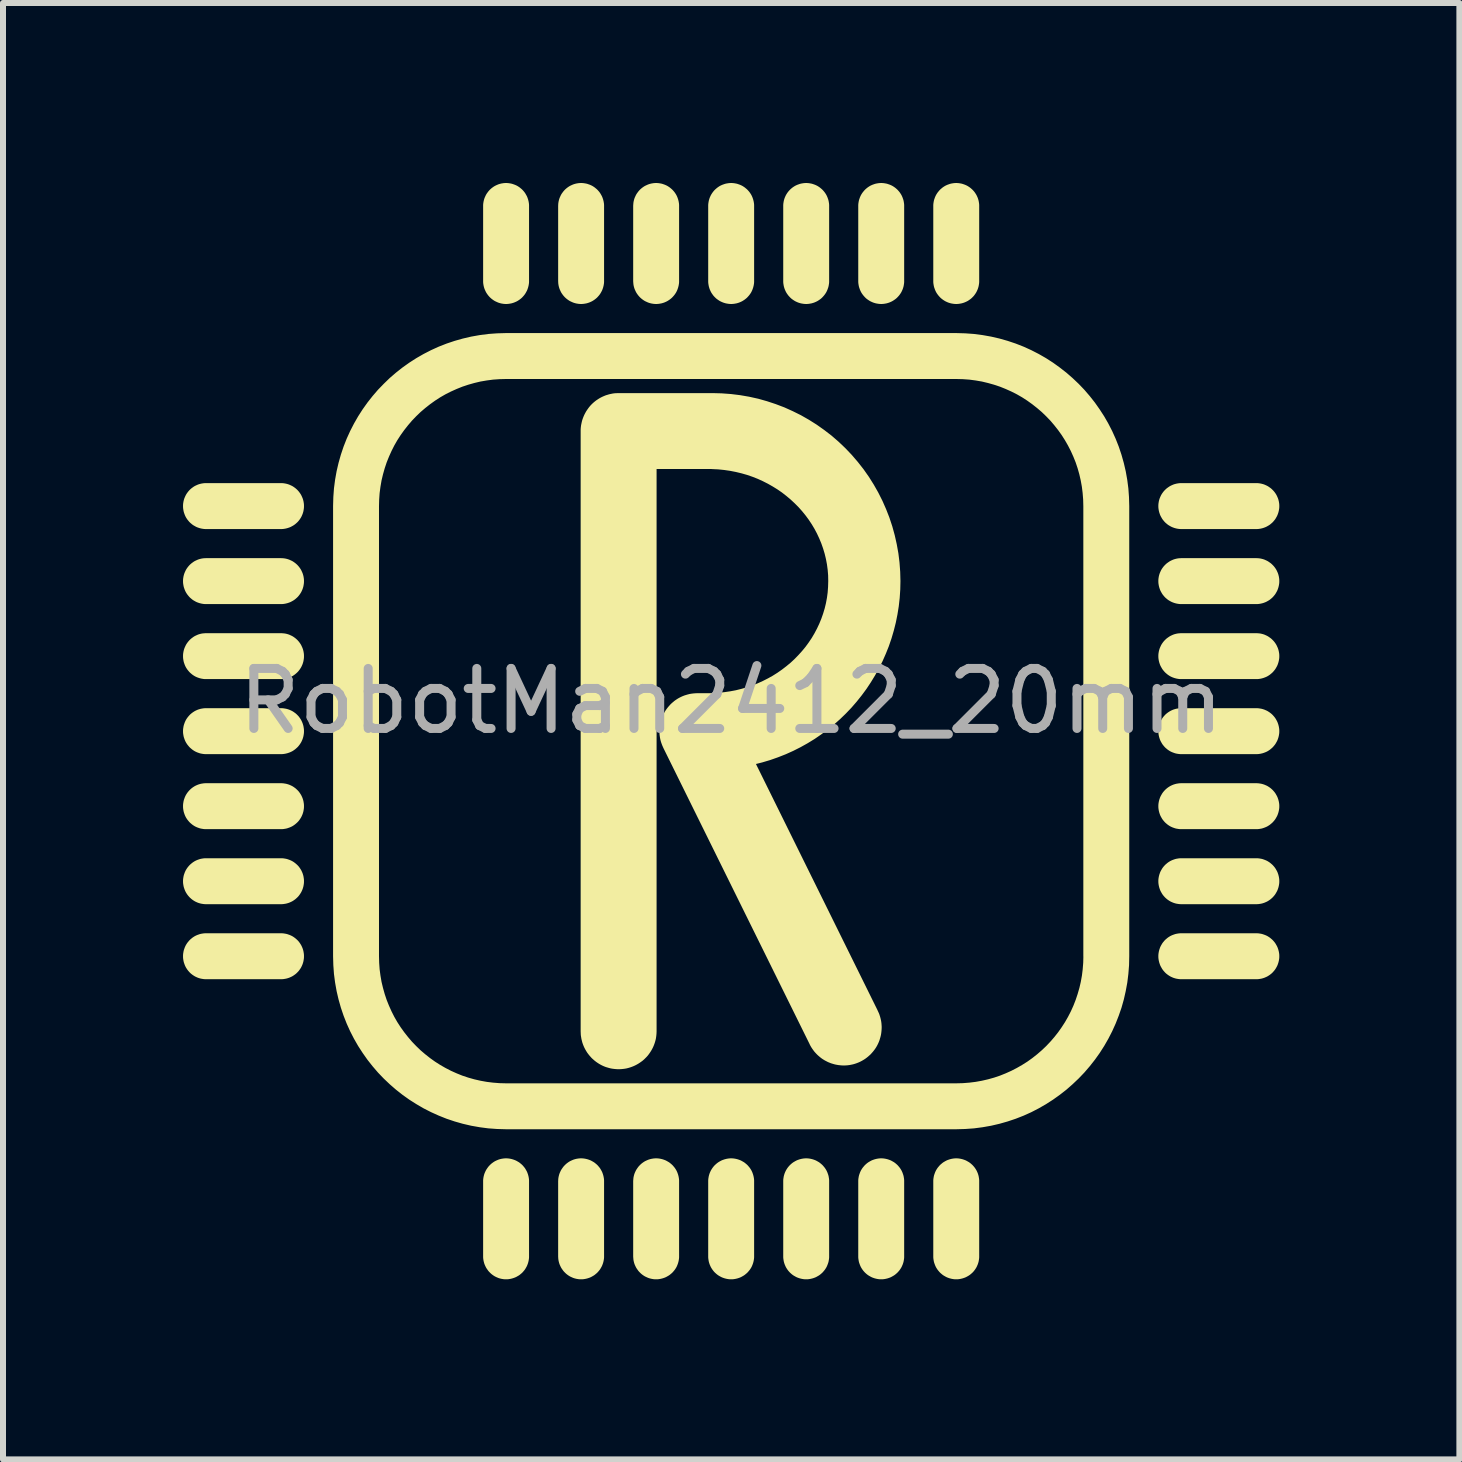
<source format=kicad_pcb>
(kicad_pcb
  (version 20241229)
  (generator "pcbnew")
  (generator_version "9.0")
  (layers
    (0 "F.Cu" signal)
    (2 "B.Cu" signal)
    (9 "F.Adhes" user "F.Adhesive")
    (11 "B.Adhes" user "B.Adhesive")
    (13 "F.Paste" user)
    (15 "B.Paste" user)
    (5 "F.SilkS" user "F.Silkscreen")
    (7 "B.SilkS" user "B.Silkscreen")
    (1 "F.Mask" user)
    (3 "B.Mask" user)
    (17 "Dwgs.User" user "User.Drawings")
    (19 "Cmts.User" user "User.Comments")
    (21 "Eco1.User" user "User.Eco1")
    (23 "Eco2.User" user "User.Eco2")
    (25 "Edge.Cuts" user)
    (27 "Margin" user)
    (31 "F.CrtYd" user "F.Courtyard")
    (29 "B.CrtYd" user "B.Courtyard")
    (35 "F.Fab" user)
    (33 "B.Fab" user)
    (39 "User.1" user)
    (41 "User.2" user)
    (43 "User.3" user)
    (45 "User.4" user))
  (footprint "RobotMan2412_20mm"
    (layer "F.Cu")
    (at 9.132 9.132)
    (property "Reference" "RobotMan2412_20mm" (at 0 -0.5 0) (unlocked yes) (layer "F.Fab") (effects (font (size 1 1) (thickness 0.15))))
    (fp_poly (pts (xy -3.75 -9) (xy -3.75 -9) (xy -3.75 -9)) (stroke (width 0.265) (type solid)) (fill yes) (layer "F.SilkS"))
    (fp_poly (pts (xy -3.75 7.25) (xy -3.75 7.25) (xy -3.75 7.25)) (stroke (width 0.265) (type solid)) (fill yes) (layer "F.SilkS"))
    (fp_poly (pts (xy -2.5 -9) (xy -2.5 -9) (xy -2.5 -9)) (stroke (width 0.265) (type solid)) (fill yes) (layer "F.SilkS"))
    (fp_poly (pts (xy -2.5 7.25) (xy -2.5 7.25) (xy -2.5 7.25)) (stroke (width 0.265) (type solid)) (fill yes) (layer "F.SilkS"))
    (fp_poly (pts (xy -1.25 -9) (xy -1.25 -9) (xy -1.25 -9)) (stroke (width 0.265) (type solid)) (fill yes) (layer "F.SilkS"))
    (fp_poly (pts (xy -1.25 7.25) (xy -1.25 7.25) (xy -1.25 7.25)) (stroke (width 0.265) (type solid)) (fill yes) (layer "F.SilkS"))
    (fp_poly (pts (xy -0.00011 -9) (xy -0.000122 -9) (xy -0.000095 -9)) (stroke (width 0.265) (type solid)) (fill yes) (layer "F.SilkS"))
    (fp_poly (pts (xy -0.000108 7.25) (xy -0.000121 7.25) (xy -0.000095 7.25)) (stroke (width 0.265) (type solid)) (fill yes) (layer "F.SilkS"))
    (fp_poly (pts (xy 1.25 -9) (xy 1.25 -9) (xy 1.25 -9)) (stroke (width 0.265) (type solid)) (fill yes) (layer "F.SilkS"))
    (fp_poly (pts (xy 1.25 7.25) (xy 1.25 7.25) (xy 1.25 7.25)) (stroke (width 0.265) (type solid)) (fill yes) (layer "F.SilkS"))
    (fp_poly (pts (xy 2.5 -9) (xy 2.5 -9) (xy 2.5 -9)) (stroke (width 0.265) (type solid)) (fill yes) (layer "F.SilkS"))
    (fp_poly (pts (xy 2.5 7.25) (xy 2.5 7.25) (xy 2.5 7.25)) (stroke (width 0.265) (type solid)) (fill yes) (layer "F.SilkS"))
    (fp_poly (pts (xy 3.75 -9) (xy 3.75 -9) (xy 3.75 -9)) (stroke (width 0.265) (type solid)) (fill yes) (layer "F.SilkS"))
    (fp_poly (pts (xy 3.75 7.25) (xy 3.75 7.25) (xy 3.75 7.25)) (stroke (width 0.265) (type solid)) (fill yes) (layer "F.SilkS"))
    (fp_poly (pts (xy -7.487 -0.25) (xy -7.475 -0.249) (xy -7.463 -0.247) (xy -7.451 -0.245) (xy -7.439 -0.243) (xy -7.427 -0.239) (xy -7.416 -0.236) (xy -7.404 -0.231) (xy -7.393 -0.226) (xy -7.382 -0.221) (xy -7.371 -0.215) (xy -7.361 -0.208) (xy -7.351 -0.201) (xy -7.341 -0.194) (xy -7.332 -0.186) (xy -7.323 -0.177) (xy -7.314 -0.168) (xy -7.306 -0.159) (xy -7.299 -0.149) (xy -7.292 -0.139) (xy -7.285 -0.129) (xy -7.279 -0.118) (xy -7.274 -0.107) (xy -7.269 -0.096) (xy -7.264 -0.084) (xy -7.261 -0.073) (xy -7.257 -0.061) (xy -7.255 -0.049) (xy -7.253 -0.037) (xy -7.251 -0.025) (xy -7.25 -0.012) (xy -7.25 -0.000094) (xy -7.25 0.012) (xy -7.251 0.025) (xy -7.253 0.037) (xy -7.255 0.049) (xy -7.257 0.061) (xy -7.261 0.073) (xy -7.264 0.084) (xy -7.269 0.096) (xy -7.274 0.107) (xy -7.279 0.118) (xy -7.285 0.128) (xy -7.292 0.139) (xy -7.299 0.149) (xy -7.306 0.158) (xy -7.314 0.168) (xy -7.323 0.177) (xy -7.332 0.185) (xy -7.341 0.193) (xy -7.351 0.201) (xy -7.361 0.208) (xy -7.371 0.215) (xy -7.382 0.221) (xy -7.393 0.226) (xy -7.404 0.231) (xy -7.416 0.235) (xy -7.427 0.239) (xy -7.439 0.242) (xy -7.451 0.245) (xy -7.463 0.247) (xy -7.475 0.249) (xy -7.487 0.25) (xy -7.5 0.25) (xy -8.75 0.25) (xy -8.762 0.25) (xy -8.775 0.249) (xy -8.787 0.247) (xy -8.799 0.245) (xy -8.811 0.243) (xy -8.823 0.239) (xy -8.834 0.235) (xy -8.846 0.231) (xy -8.857 0.226) (xy -8.868 0.221) (xy -8.878 0.215) (xy -8.889 0.208) (xy -8.899 0.201) (xy -8.908 0.193) (xy -8.918 0.185) (xy -8.927 0.177) (xy -8.935 0.168) (xy -8.943 0.158) (xy -8.951 0.149) (xy -8.958 0.139) (xy -8.965 0.128) (xy -8.971 0.118) (xy -8.976 0.107) (xy -8.981 0.096) (xy -8.985 0.084) (xy -8.989 0.073) (xy -8.993 0.061) (xy -8.995 0.049) (xy -8.997 0.037) (xy -8.999 0.025) (xy -9 0.012) (xy -9 -0.000095) (xy -9 -0.013) (xy -8.999 -0.025) (xy -8.997 -0.037) (xy -8.995 -0.049) (xy -8.993 -0.061) (xy -8.989 -0.073) (xy -8.985 -0.084) (xy -8.981 -0.096) (xy -8.976 -0.107) (xy -8.971 -0.118) (xy -8.965 -0.129) (xy -8.958 -0.139) (xy -8.951 -0.149) (xy -8.943 -0.159) (xy -8.935 -0.168) (xy -8.927 -0.177) (xy -8.918 -0.186) (xy -8.908 -0.194) (xy -8.899 -0.201) (xy -8.889 -0.208) (xy -8.878 -0.215) (xy -8.868 -0.221) (xy -8.857 -0.226) (xy -8.846 -0.231) (xy -8.834 -0.236) (xy -8.823 -0.239) (xy -8.811 -0.243) (xy -8.799 -0.245) (xy -8.787 -0.247) (xy -8.775 -0.249) (xy -8.762 -0.25) (xy -8.75 -0.25) (xy -7.5 -0.25)) (stroke (width 0.265) (type solid)) (fill yes) (layer "F.SilkS"))
    (fp_poly (pts (xy -7.487 1) (xy -7.475 1.001) (xy -7.463 1.003) (xy -7.451 1.005) (xy -7.439 1.007) (xy -7.427 1.011) (xy -7.416 1.014) (xy -7.404 1.019) (xy -7.393 1.024) (xy -7.382 1.029) (xy -7.371 1.035) (xy -7.361 1.042) (xy -7.351 1.049) (xy -7.341 1.056) (xy -7.332 1.065) (xy -7.323 1.073) (xy -7.314 1.082) (xy -7.306 1.091) (xy -7.299 1.101) (xy -7.292 1.111) (xy -7.285 1.122) (xy -7.279 1.132) (xy -7.274 1.143) (xy -7.269 1.154) (xy -7.264 1.166) (xy -7.261 1.177) (xy -7.257 1.189) (xy -7.255 1.201) (xy -7.253 1.213) (xy -7.251 1.225) (xy -7.25 1.238) (xy -7.25 1.25) (xy -7.25 1.262) (xy -7.251 1.275) (xy -7.253 1.287) (xy -7.255 1.299) (xy -7.257 1.311) (xy -7.261 1.323) (xy -7.264 1.334) (xy -7.269 1.346) (xy -7.274 1.357) (xy -7.279 1.368) (xy -7.285 1.378) (xy -7.292 1.389) (xy -7.299 1.399) (xy -7.306 1.409) (xy -7.314 1.418) (xy -7.323 1.427) (xy -7.332 1.435) (xy -7.341 1.443) (xy -7.351 1.451) (xy -7.361 1.458) (xy -7.371 1.465) (xy -7.382 1.471) (xy -7.393 1.476) (xy -7.404 1.481) (xy -7.416 1.485) (xy -7.427 1.489) (xy -7.439 1.493) (xy -7.451 1.495) (xy -7.463 1.497) (xy -7.475 1.499) (xy -7.487 1.5) (xy -7.5 1.5) (xy -8.75 1.5) (xy -8.762 1.5) (xy -8.775 1.499) (xy -8.787 1.497) (xy -8.799 1.495) (xy -8.811 1.493) (xy -8.823 1.489) (xy -8.834 1.485) (xy -8.846 1.481) (xy -8.857 1.476) (xy -8.868 1.471) (xy -8.878 1.465) (xy -8.889 1.458) (xy -8.899 1.451) (xy -8.908 1.443) (xy -8.918 1.435) (xy -8.927 1.427) (xy -8.935 1.418) (xy -8.943 1.408) (xy -8.951 1.399) (xy -8.958 1.389) (xy -8.965 1.378) (xy -8.971 1.368) (xy -8.976 1.357) (xy -8.981 1.346) (xy -8.985 1.334) (xy -8.989 1.323) (xy -8.993 1.311) (xy -8.995 1.299) (xy -8.997 1.287) (xy -8.999 1.275) (xy -9 1.262) (xy -9 1.25) (xy -9 1.238) (xy -8.999 1.225) (xy -8.997 1.213) (xy -8.995 1.201) (xy -8.993 1.189) (xy -8.989 1.177) (xy -8.985 1.166) (xy -8.981 1.154) (xy -8.976 1.143) (xy -8.971 1.132) (xy -8.965 1.122) (xy -8.958 1.111) (xy -8.951 1.101) (xy -8.943 1.091) (xy -8.935 1.082) (xy -8.927 1.073) (xy -8.918 1.065) (xy -8.908 1.056) (xy -8.899 1.049) (xy -8.889 1.042) (xy -8.878 1.035) (xy -8.868 1.029) (xy -8.857 1.024) (xy -8.846 1.019) (xy -8.834 1.014) (xy -8.823 1.011) (xy -8.811 1.007) (xy -8.799 1.005) (xy -8.787 1.003) (xy -8.775 1.001) (xy -8.762 1) (xy -8.75 1) (xy -7.5 1)) (stroke (width 0.265) (type solid)) (fill yes) (layer "F.SilkS"))
    (fp_poly (pts (xy -7.487 2.25) (xy -7.475 2.251) (xy -7.463 2.253) (xy -7.451 2.255) (xy -7.439 2.257) (xy -7.427 2.261) (xy -7.416 2.265) (xy -7.404 2.269) (xy -7.393 2.274) (xy -7.382 2.279) (xy -7.371 2.285) (xy -7.361 2.292) (xy -7.351 2.299) (xy -7.341 2.307) (xy -7.332 2.315) (xy -7.323 2.323) (xy -7.314 2.332) (xy -7.306 2.341) (xy -7.299 2.351) (xy -7.292 2.361) (xy -7.285 2.372) (xy -7.279 2.382) (xy -7.274 2.393) (xy -7.269 2.404) (xy -7.264 2.416) (xy -7.261 2.427) (xy -7.257 2.439) (xy -7.255 2.451) (xy -7.253 2.463) (xy -7.251 2.475) (xy -7.25 2.488) (xy -7.25 2.5) (xy -7.25 2.512) (xy -7.251 2.525) (xy -7.253 2.537) (xy -7.255 2.549) (xy -7.257 2.561) (xy -7.261 2.573) (xy -7.264 2.584) (xy -7.269 2.596) (xy -7.274 2.607) (xy -7.279 2.618) (xy -7.285 2.628) (xy -7.292 2.639) (xy -7.299 2.649) (xy -7.306 2.659) (xy -7.314 2.668) (xy -7.323 2.677) (xy -7.332 2.685) (xy -7.341 2.694) (xy -7.351 2.701) (xy -7.361 2.708) (xy -7.371 2.715) (xy -7.382 2.721) (xy -7.393 2.726) (xy -7.404 2.731) (xy -7.416 2.736) (xy -7.427 2.739) (xy -7.439 2.743) (xy -7.451 2.745) (xy -7.463 2.747) (xy -7.475 2.749) (xy -7.487 2.75) (xy -7.5 2.75) (xy -8.75 2.75) (xy -8.762 2.75) (xy -8.775 2.749) (xy -8.787 2.747) (xy -8.799 2.745) (xy -8.811 2.743) (xy -8.823 2.739) (xy -8.834 2.736) (xy -8.846 2.731) (xy -8.857 2.726) (xy -8.868 2.721) (xy -8.878 2.715) (xy -8.889 2.708) (xy -8.899 2.701) (xy -8.908 2.694) (xy -8.918 2.685) (xy -8.927 2.677) (xy -8.935 2.668) (xy -8.943 2.659) (xy -8.951 2.649) (xy -8.958 2.639) (xy -8.965 2.628) (xy -8.971 2.618) (xy -8.976 2.607) (xy -8.981 2.596) (xy -8.985 2.584) (xy -8.989 2.573) (xy -8.993 2.561) (xy -8.995 2.549) (xy -8.997 2.537) (xy -8.999 2.525) (xy -9 2.512) (xy -9 2.5) (xy -9 2.488) (xy -8.999 2.475) (xy -8.997 2.463) (xy -8.995 2.451) (xy -8.993 2.439) (xy -8.989 2.427) (xy -8.985 2.416) (xy -8.981 2.404) (xy -8.976 2.393) (xy -8.971 2.382) (xy -8.965 2.372) (xy -8.958 2.361) (xy -8.951 2.351) (xy -8.943 2.341) (xy -8.935 2.332) (xy -8.927 2.323) (xy -8.918 2.315) (xy -8.908 2.307) (xy -8.899 2.299) (xy -8.889 2.292) (xy -8.878 2.285) (xy -8.868 2.279) (xy -8.857 2.274) (xy -8.846 2.269) (xy -8.834 2.265) (xy -8.823 2.261) (xy -8.811 2.257) (xy -8.799 2.255) (xy -8.787 2.253) (xy -8.775 2.251) (xy -8.762 2.25) (xy -8.75 2.25) (xy -7.5 2.25)) (stroke (width 0.265) (type solid)) (fill yes) (layer "F.SilkS"))
    (fp_poly (pts (xy -7.487 -4) (xy -7.474 -3.999) (xy -7.462 -3.997) (xy -7.45 -3.995) (xy -7.437 -3.992) (xy -7.426 -3.989) (xy -7.414 -3.985) (xy -7.403 -3.98) (xy -7.392 -3.975) (xy -7.381 -3.97) (xy -7.37 -3.964) (xy -7.36 -3.957) (xy -7.35 -3.95) (xy -7.341 -3.943) (xy -7.332 -3.935) (xy -7.323 -3.927) (xy -7.315 -3.918) (xy -7.307 -3.909) (xy -7.3 -3.9) (xy -7.293 -3.89) (xy -7.286 -3.88) (xy -7.28 -3.869) (xy -7.275 -3.859) (xy -7.27 -3.847) (xy -7.265 -3.836) (xy -7.261 -3.825) (xy -7.258 -3.813) (xy -7.255 -3.801) (xy -7.253 -3.788) (xy -7.251 -3.776) (xy -7.25 -3.763) (xy -7.25 -3.75) (xy -7.25 -3.738) (xy -7.251 -3.726) (xy -7.253 -3.713) (xy -7.255 -3.701) (xy -7.257 -3.689) (xy -7.261 -3.677) (xy -7.264 -3.666) (xy -7.269 -3.655) (xy -7.274 -3.643) (xy -7.279 -3.632) (xy -7.285 -3.622) (xy -7.292 -3.611) (xy -7.299 -3.601) (xy -7.306 -3.592) (xy -7.314 -3.582) (xy -7.323 -3.573) (xy -7.332 -3.565) (xy -7.341 -3.557) (xy -7.351 -3.549) (xy -7.361 -3.542) (xy -7.371 -3.536) (xy -7.382 -3.53) (xy -7.393 -3.524) (xy -7.404 -3.519) (xy -7.416 -3.515) (xy -7.427 -3.511) (xy -7.439 -3.508) (xy -7.451 -3.505) (xy -7.463 -3.503) (xy -7.475 -3.501) (xy -7.487 -3.5) (xy -7.5 -3.5) (xy -8.75 -3.5) (xy -8.762 -3.5) (xy -8.775 -3.501) (xy -8.787 -3.503) (xy -8.799 -3.505) (xy -8.811 -3.508) (xy -8.823 -3.511) (xy -8.834 -3.515) (xy -8.846 -3.519) (xy -8.857 -3.524) (xy -8.868 -3.53) (xy -8.878 -3.536) (xy -8.889 -3.542) (xy -8.899 -3.549) (xy -8.908 -3.557) (xy -8.918 -3.565) (xy -8.927 -3.573) (xy -8.935 -3.582) (xy -8.943 -3.592) (xy -8.951 -3.601) (xy -8.958 -3.611) (xy -8.965 -3.622) (xy -8.971 -3.632) (xy -8.976 -3.643) (xy -8.981 -3.654) (xy -8.985 -3.666) (xy -8.989 -3.677) (xy -8.993 -3.689) (xy -8.995 -3.701) (xy -8.997 -3.713) (xy -8.999 -3.726) (xy -9 -3.738) (xy -9 -3.75) (xy -9 -3.763) (xy -8.999 -3.776) (xy -8.997 -3.788) (xy -8.995 -3.801) (xy -8.992 -3.813) (xy -8.989 -3.825) (xy -8.985 -3.836) (xy -8.98 -3.847) (xy -8.975 -3.859) (xy -8.97 -3.869) (xy -8.964 -3.88) (xy -8.957 -3.89) (xy -8.95 -3.9) (xy -8.943 -3.909) (xy -8.935 -3.918) (xy -8.927 -3.927) (xy -8.918 -3.935) (xy -8.909 -3.943) (xy -8.899 -3.95) (xy -8.89 -3.957) (xy -8.88 -3.964) (xy -8.869 -3.97) (xy -8.858 -3.975) (xy -8.847 -3.98) (xy -8.836 -3.985) (xy -8.824 -3.989) (xy -8.812 -3.992) (xy -8.8 -3.995) (xy -8.788 -3.997) (xy -8.775 -3.999) (xy -8.763 -4) (xy -8.75 -4) (xy -7.5 -4)) (stroke (width 0.265) (type solid)) (fill yes) (layer "F.SilkS"))
    (fp_poly (pts (xy -7.487 -2.749) (xy -7.474 -2.749) (xy -7.462 -2.747) (xy -7.45 -2.745) (xy -7.437 -2.742) (xy -7.426 -2.739) (xy -7.414 -2.735) (xy -7.403 -2.73) (xy -7.392 -2.725) (xy -7.381 -2.72) (xy -7.37 -2.714) (xy -7.36 -2.707) (xy -7.35 -2.7) (xy -7.341 -2.693) (xy -7.332 -2.685) (xy -7.323 -2.677) (xy -7.315 -2.668) (xy -7.307 -2.659) (xy -7.3 -2.65) (xy -7.293 -2.64) (xy -7.286 -2.63) (xy -7.28 -2.619) (xy -7.275 -2.608) (xy -7.27 -2.597) (xy -7.265 -2.586) (xy -7.261 -2.574) (xy -7.258 -2.563) (xy -7.255 -2.551) (xy -7.253 -2.538) (xy -7.251 -2.526) (xy -7.25 -2.513) (xy -7.25 -2.5) (xy -7.25 -2.488) (xy -7.251 -2.475) (xy -7.253 -2.463) (xy -7.255 -2.451) (xy -7.257 -2.439) (xy -7.261 -2.427) (xy -7.264 -2.416) (xy -7.269 -2.404) (xy -7.274 -2.393) (xy -7.279 -2.382) (xy -7.285 -2.372) (xy -7.292 -2.361) (xy -7.299 -2.351) (xy -7.306 -2.342) (xy -7.314 -2.332) (xy -7.323 -2.323) (xy -7.332 -2.315) (xy -7.341 -2.307) (xy -7.351 -2.299) (xy -7.361 -2.292) (xy -7.371 -2.286) (xy -7.382 -2.28) (xy -7.393 -2.274) (xy -7.404 -2.269) (xy -7.416 -2.265) (xy -7.427 -2.261) (xy -7.439 -2.258) (xy -7.451 -2.255) (xy -7.463 -2.253) (xy -7.475 -2.251) (xy -7.487 -2.25) (xy -7.5 -2.25) (xy -8.75 -2.25) (xy -8.762 -2.25) (xy -8.775 -2.251) (xy -8.787 -2.253) (xy -8.799 -2.255) (xy -8.811 -2.258) (xy -8.823 -2.261) (xy -8.834 -2.265) (xy -8.846 -2.269) (xy -8.857 -2.274) (xy -8.868 -2.28) (xy -8.878 -2.286) (xy -8.889 -2.292) (xy -8.899 -2.299) (xy -8.908 -2.307) (xy -8.918 -2.315) (xy -8.927 -2.323) (xy -8.935 -2.332) (xy -8.943 -2.342) (xy -8.951 -2.351) (xy -8.958 -2.361) (xy -8.965 -2.372) (xy -8.971 -2.382) (xy -8.976 -2.393) (xy -8.981 -2.404) (xy -8.985 -2.416) (xy -8.989 -2.427) (xy -8.993 -2.439) (xy -8.995 -2.451) (xy -8.997 -2.463) (xy -8.999 -2.475) (xy -9 -2.488) (xy -9 -2.5) (xy -9 -2.513) (xy -8.999 -2.526) (xy -8.997 -2.538) (xy -8.995 -2.551) (xy -8.992 -2.563) (xy -8.989 -2.574) (xy -8.985 -2.586) (xy -8.98 -2.597) (xy -8.975 -2.608) (xy -8.97 -2.619) (xy -8.964 -2.63) (xy -8.957 -2.64) (xy -8.95 -2.65) (xy -8.943 -2.659) (xy -8.935 -2.668) (xy -8.927 -2.677) (xy -8.918 -2.685) (xy -8.909 -2.693) (xy -8.899 -2.7) (xy -8.89 -2.707) (xy -8.88 -2.714) (xy -8.869 -2.72) (xy -8.858 -2.725) (xy -8.847 -2.73) (xy -8.836 -2.735) (xy -8.824 -2.739) (xy -8.812 -2.742) (xy -8.8 -2.745) (xy -8.788 -2.747) (xy -8.775 -2.749) (xy -8.763 -2.749) (xy -8.75 -2.75) (xy -7.5 -2.75)) (stroke (width 0.265) (type solid)) (fill yes) (layer "F.SilkS"))
    (fp_poly (pts (xy -7.487 -1.499) (xy -7.474 -1.498) (xy -7.462 -1.497) (xy -7.45 -1.495) (xy -7.437 -1.492) (xy -7.426 -1.489) (xy -7.414 -1.485) (xy -7.403 -1.48) (xy -7.392 -1.475) (xy -7.381 -1.47) (xy -7.37 -1.464) (xy -7.36 -1.457) (xy -7.35 -1.45) (xy -7.341 -1.443) (xy -7.332 -1.435) (xy -7.323 -1.427) (xy -7.315 -1.418) (xy -7.307 -1.409) (xy -7.3 -1.4) (xy -7.293 -1.39) (xy -7.286 -1.38) (xy -7.28 -1.369) (xy -7.275 -1.358) (xy -7.27 -1.347) (xy -7.265 -1.336) (xy -7.261 -1.324) (xy -7.258 -1.313) (xy -7.255 -1.3) (xy -7.253 -1.288) (xy -7.251 -1.276) (xy -7.25 -1.263) (xy -7.25 -1.25) (xy -7.25 -1.238) (xy -7.251 -1.225) (xy -7.253 -1.213) (xy -7.255 -1.201) (xy -7.257 -1.189) (xy -7.261 -1.177) (xy -7.264 -1.166) (xy -7.269 -1.154) (xy -7.274 -1.143) (xy -7.279 -1.132) (xy -7.285 -1.122) (xy -7.292 -1.111) (xy -7.299 -1.101) (xy -7.306 -1.092) (xy -7.314 -1.082) (xy -7.323 -1.073) (xy -7.332 -1.065) (xy -7.341 -1.057) (xy -7.351 -1.049) (xy -7.361 -1.042) (xy -7.371 -1.035) (xy -7.382 -1.029) (xy -7.393 -1.024) (xy -7.404 -1.019) (xy -7.416 -1.015) (xy -7.427 -1.011) (xy -7.439 -1.008) (xy -7.451 -1.005) (xy -7.463 -1.003) (xy -7.475 -1.001) (xy -7.487 -1) (xy -7.5 -1) (xy -8.75 -1) (xy -8.762 -1) (xy -8.775 -1.001) (xy -8.787 -1.003) (xy -8.799 -1.005) (xy -8.811 -1.008) (xy -8.823 -1.011) (xy -8.834 -1.015) (xy -8.846 -1.019) (xy -8.857 -1.024) (xy -8.868 -1.029) (xy -8.878 -1.035) (xy -8.889 -1.042) (xy -8.899 -1.049) (xy -8.908 -1.057) (xy -8.918 -1.065) (xy -8.927 -1.073) (xy -8.935 -1.082) (xy -8.943 -1.092) (xy -8.951 -1.101) (xy -8.958 -1.111) (xy -8.965 -1.122) (xy -8.971 -1.132) (xy -8.976 -1.143) (xy -8.981 -1.154) (xy -8.985 -1.166) (xy -8.989 -1.177) (xy -8.993 -1.189) (xy -8.995 -1.201) (xy -8.997 -1.213) (xy -8.999 -1.225) (xy -9 -1.238) (xy -9 -1.25) (xy -9 -1.263) (xy -8.999 -1.276) (xy -8.997 -1.288) (xy -8.995 -1.3) (xy -8.992 -1.313) (xy -8.989 -1.324) (xy -8.985 -1.336) (xy -8.98 -1.347) (xy -8.975 -1.358) (xy -8.97 -1.369) (xy -8.964 -1.38) (xy -8.957 -1.39) (xy -8.95 -1.4) (xy -8.943 -1.409) (xy -8.935 -1.418) (xy -8.927 -1.427) (xy -8.918 -1.435) (xy -8.909 -1.443) (xy -8.899 -1.45) (xy -8.89 -1.457) (xy -8.88 -1.464) (xy -8.869 -1.47) (xy -8.858 -1.475) (xy -8.847 -1.48) (xy -8.836 -1.485) (xy -8.824 -1.489) (xy -8.812 -1.492) (xy -8.8 -1.495) (xy -8.788 -1.497) (xy -8.775 -1.498) (xy -8.763 -1.499) (xy -8.75 -1.5) (xy -7.5 -1.5)) (stroke (width 0.265) (type solid)) (fill yes) (layer "F.SilkS"))
    (fp_poly (pts (xy 3.762 -9) (xy 3.775 -8.999) (xy 3.787 -8.997) (xy 3.799 -8.995) (xy 3.811 -8.993) (xy 3.823 -8.989) (xy 3.834 -8.985) (xy 3.846 -8.981) (xy 3.857 -8.976) (xy 3.868 -8.971) (xy 3.878 -8.965) (xy 3.889 -8.958) (xy 3.899 -8.951) (xy 3.909 -8.943) (xy 3.918 -8.935) (xy 3.927 -8.927) (xy 3.935 -8.918) (xy 3.944 -8.909) (xy 3.951 -8.899) (xy 3.958 -8.889) (xy 3.965 -8.878) (xy 3.971 -8.868) (xy 3.976 -8.857) (xy 3.981 -8.846) (xy 3.986 -8.834) (xy 3.989 -8.823) (xy 3.993 -8.811) (xy 3.995 -8.799) (xy 3.997 -8.787) (xy 3.999 -8.775) (xy 4 -8.762) (xy 4 -8.75) (xy 4 -7.5) (xy 4 -7.487) (xy 3.999 -7.475) (xy 3.997 -7.463) (xy 3.995 -7.451) (xy 3.993 -7.439) (xy 3.989 -7.427) (xy 3.986 -7.416) (xy 3.981 -7.404) (xy 3.976 -7.393) (xy 3.971 -7.382) (xy 3.965 -7.371) (xy 3.958 -7.361) (xy 3.951 -7.351) (xy 3.944 -7.341) (xy 3.936 -7.332) (xy 3.927 -7.323) (xy 3.918 -7.314) (xy 3.909 -7.306) (xy 3.899 -7.299) (xy 3.889 -7.292) (xy 3.879 -7.285) (xy 3.868 -7.279) (xy 3.857 -7.274) (xy 3.846 -7.269) (xy 3.834 -7.264) (xy 3.823 -7.261) (xy 3.811 -7.257) (xy 3.799 -7.255) (xy 3.787 -7.253) (xy 3.775 -7.251) (xy 3.762 -7.25) (xy 3.75 -7.25) (xy 3.738 -7.25) (xy 3.725 -7.251) (xy 3.713 -7.253) (xy 3.701 -7.255) (xy 3.689 -7.257) (xy 3.677 -7.261) (xy 3.666 -7.264) (xy 3.654 -7.269) (xy 3.643 -7.274) (xy 3.632 -7.279) (xy 3.622 -7.285) (xy 3.611 -7.292) (xy 3.601 -7.299) (xy 3.592 -7.306) (xy 3.582 -7.314) (xy 3.573 -7.323) (xy 3.565 -7.332) (xy 3.557 -7.341) (xy 3.549 -7.351) (xy 3.542 -7.361) (xy 3.535 -7.371) (xy 3.529 -7.382) (xy 3.524 -7.393) (xy 3.519 -7.404) (xy 3.515 -7.416) (xy 3.511 -7.427) (xy 3.507 -7.439) (xy 3.505 -7.451) (xy 3.503 -7.463) (xy 3.501 -7.475) (xy 3.5 -7.487) (xy 3.5 -7.5) (xy 3.5 -8.75) (xy 3.5 -8.762) (xy 3.501 -8.775) (xy 3.503 -8.787) (xy 3.505 -8.799) (xy 3.507 -8.811) (xy 3.511 -8.823) (xy 3.515 -8.834) (xy 3.519 -8.846) (xy 3.524 -8.857) (xy 3.529 -8.868) (xy 3.535 -8.878) (xy 3.542 -8.889) (xy 3.549 -8.899) (xy 3.557 -8.908) (xy 3.565 -8.918) (xy 3.573 -8.927) (xy 3.582 -8.935) (xy 3.592 -8.943) (xy 3.601 -8.951) (xy 3.611 -8.958) (xy 3.622 -8.965) (xy 3.632 -8.971) (xy 3.643 -8.976) (xy 3.654 -8.981) (xy 3.666 -8.985) (xy 3.677 -8.989) (xy 3.689 -8.993) (xy 3.701 -8.995) (xy 3.713 -8.997) (xy 3.725 -8.999) (xy 3.738 -9) (xy 3.75 -9)) (stroke (width 0.265) (type solid)) (fill yes) (layer "F.SilkS"))
    (fp_poly (pts (xy 3.762 7.25) (xy 3.775 7.251) (xy 3.787 7.253) (xy 3.799 7.255) (xy 3.811 7.258) (xy 3.823 7.261) (xy 3.834 7.265) (xy 3.846 7.269) (xy 3.857 7.274) (xy 3.868 7.28) (xy 3.878 7.286) (xy 3.889 7.292) (xy 3.899 7.299) (xy 3.909 7.307) (xy 3.918 7.315) (xy 3.927 7.323) (xy 3.935 7.332) (xy 3.944 7.342) (xy 3.951 7.351) (xy 3.958 7.361) (xy 3.965 7.372) (xy 3.971 7.382) (xy 3.976 7.393) (xy 3.981 7.404) (xy 3.986 7.416) (xy 3.989 7.427) (xy 3.993 7.439) (xy 3.995 7.451) (xy 3.997 7.463) (xy 3.999 7.475) (xy 4 7.488) (xy 4 7.5) (xy 4 8.75) (xy 4 8.762) (xy 3.999 8.774) (xy 3.997 8.787) (xy 3.995 8.799) (xy 3.993 8.811) (xy 3.989 8.823) (xy 3.986 8.834) (xy 3.981 8.845) (xy 3.976 8.857) (xy 3.971 8.868) (xy 3.965 8.878) (xy 3.958 8.889) (xy 3.951 8.899) (xy 3.944 8.908) (xy 3.936 8.918) (xy 3.927 8.927) (xy 3.918 8.935) (xy 3.909 8.943) (xy 3.899 8.951) (xy 3.889 8.958) (xy 3.879 8.964) (xy 3.868 8.97) (xy 3.857 8.976) (xy 3.846 8.981) (xy 3.834 8.985) (xy 3.823 8.989) (xy 3.811 8.992) (xy 3.799 8.995) (xy 3.787 8.997) (xy 3.775 8.999) (xy 3.762 9) (xy 3.75 9) (xy 3.738 9) (xy 3.725 8.999) (xy 3.713 8.997) (xy 3.701 8.995) (xy 3.689 8.992) (xy 3.677 8.989) (xy 3.666 8.985) (xy 3.654 8.981) (xy 3.643 8.976) (xy 3.632 8.97) (xy 3.622 8.964) (xy 3.611 8.958) (xy 3.601 8.951) (xy 3.592 8.943) (xy 3.582 8.935) (xy 3.573 8.927) (xy 3.565 8.918) (xy 3.557 8.908) (xy 3.549 8.899) (xy 3.542 8.889) (xy 3.535 8.878) (xy 3.529 8.868) (xy 3.524 8.857) (xy 3.519 8.845) (xy 3.515 8.834) (xy 3.511 8.823) (xy 3.507 8.811) (xy 3.505 8.799) (xy 3.503 8.787) (xy 3.501 8.774) (xy 3.5 8.762) (xy 3.5 8.75) (xy 3.5 7.5) (xy 3.5 7.488) (xy 3.501 7.475) (xy 3.503 7.463) (xy 3.505 7.451) (xy 3.507 7.439) (xy 3.511 7.427) (xy 3.515 7.416) (xy 3.519 7.404) (xy 3.524 7.393) (xy 3.529 7.382) (xy 3.535 7.372) (xy 3.542 7.361) (xy 3.549 7.351) (xy 3.557 7.342) (xy 3.565 7.332) (xy 3.573 7.323) (xy 3.582 7.315) (xy 3.592 7.307) (xy 3.601 7.299) (xy 3.611 7.292) (xy 3.622 7.286) (xy 3.632 7.28) (xy 3.643 7.274) (xy 3.654 7.269) (xy 3.666 7.265) (xy 3.677 7.261) (xy 3.689 7.258) (xy 3.701 7.255) (xy 3.713 7.253) (xy 3.725 7.251) (xy 3.738 7.25) (xy 3.75 7.25)) (stroke (width 0.265) (type solid)) (fill yes) (layer "F.SilkS"))
    (fp_poly (pts (xy 8.762 -0.25) (xy 8.774 -0.249) (xy 8.787 -0.247) (xy 8.799 -0.245) (xy 8.811 -0.243) (xy 8.823 -0.239) (xy 8.834 -0.236) (xy 8.845 -0.231) (xy 8.857 -0.226) (xy 8.868 -0.221) (xy 8.878 -0.215) (xy 8.889 -0.208) (xy 8.899 -0.201) (xy 8.908 -0.194) (xy 8.918 -0.186) (xy 8.927 -0.177) (xy 8.935 -0.168) (xy 8.943 -0.159) (xy 8.951 -0.149) (xy 8.958 -0.139) (xy 8.964 -0.129) (xy 8.97 -0.118) (xy 8.976 -0.107) (xy 8.981 -0.096) (xy 8.985 -0.084) (xy 8.989 -0.073) (xy 8.992 -0.061) (xy 8.995 -0.049) (xy 8.997 -0.037) (xy 8.999 -0.025) (xy 9 -0.012) (xy 9 -0.000094) (xy 9 0.012) (xy 8.999 0.025) (xy 8.997 0.037) (xy 8.995 0.049) (xy 8.992 0.061) (xy 8.989 0.073) (xy 8.985 0.084) (xy 8.981 0.096) (xy 8.976 0.107) (xy 8.97 0.118) (xy 8.964 0.128) (xy 8.958 0.139) (xy 8.951 0.149) (xy 8.943 0.158) (xy 8.935 0.168) (xy 8.927 0.177) (xy 8.918 0.185) (xy 8.908 0.193) (xy 8.899 0.201) (xy 8.889 0.208) (xy 8.878 0.215) (xy 8.868 0.221) (xy 8.857 0.226) (xy 8.845 0.231) (xy 8.834 0.235) (xy 8.823 0.239) (xy 8.811 0.242) (xy 8.799 0.245) (xy 8.787 0.247) (xy 8.774 0.249) (xy 8.762 0.25) (xy 8.75 0.25) (xy 7.5 0.25) (xy 7.488 0.25) (xy 7.476 0.249) (xy 7.463 0.247) (xy 7.451 0.245) (xy 7.439 0.243) (xy 7.427 0.239) (xy 7.416 0.235) (xy 7.405 0.231) (xy 7.393 0.226) (xy 7.382 0.221) (xy 7.372 0.215) (xy 7.361 0.208) (xy 7.351 0.201) (xy 7.342 0.193) (xy 7.332 0.185) (xy 7.323 0.177) (xy 7.315 0.168) (xy 7.307 0.158) (xy 7.299 0.149) (xy 7.292 0.139) (xy 7.286 0.128) (xy 7.28 0.118) (xy 7.274 0.107) (xy 7.269 0.096) (xy 7.265 0.084) (xy 7.261 0.073) (xy 7.258 0.061) (xy 7.255 0.049) (xy 7.253 0.037) (xy 7.251 0.025) (xy 7.25 0.012) (xy 7.25 -0.000095) (xy 7.25 -0.013) (xy 7.251 -0.025) (xy 7.253 -0.037) (xy 7.255 -0.049) (xy 7.258 -0.061) (xy 7.261 -0.073) (xy 7.265 -0.084) (xy 7.269 -0.096) (xy 7.274 -0.107) (xy 7.28 -0.118) (xy 7.286 -0.129) (xy 7.292 -0.139) (xy 7.299 -0.149) (xy 7.307 -0.159) (xy 7.315 -0.168) (xy 7.323 -0.177) (xy 7.332 -0.186) (xy 7.342 -0.194) (xy 7.351 -0.201) (xy 7.361 -0.208) (xy 7.372 -0.215) (xy 7.382 -0.221) (xy 7.393 -0.226) (xy 7.404 -0.231) (xy 7.416 -0.236) (xy 7.427 -0.239) (xy 7.439 -0.243) (xy 7.451 -0.245) (xy 7.463 -0.247) (xy 7.475 -0.249) (xy 7.488 -0.25) (xy 7.5 -0.25) (xy 8.75 -0.25)) (stroke (width 0.265) (type solid)) (fill yes) (layer "F.SilkS"))
    (fp_poly (pts (xy 8.762 1) (xy 8.774 1.001) (xy 8.787 1.003) (xy 8.799 1.005) (xy 8.811 1.007) (xy 8.823 1.011) (xy 8.834 1.014) (xy 8.845 1.019) (xy 8.857 1.024) (xy 8.868 1.029) (xy 8.878 1.035) (xy 8.889 1.042) (xy 8.899 1.049) (xy 8.908 1.056) (xy 8.918 1.065) (xy 8.927 1.073) (xy 8.935 1.082) (xy 8.943 1.091) (xy 8.951 1.101) (xy 8.958 1.111) (xy 8.964 1.122) (xy 8.97 1.132) (xy 8.976 1.143) (xy 8.981 1.154) (xy 8.985 1.166) (xy 8.989 1.177) (xy 8.992 1.189) (xy 8.995 1.201) (xy 8.997 1.213) (xy 8.999 1.225) (xy 9 1.238) (xy 9 1.25) (xy 9 1.262) (xy 8.999 1.275) (xy 8.997 1.287) (xy 8.995 1.299) (xy 8.992 1.311) (xy 8.989 1.323) (xy 8.985 1.334) (xy 8.981 1.346) (xy 8.976 1.357) (xy 8.97 1.368) (xy 8.964 1.378) (xy 8.958 1.389) (xy 8.951 1.399) (xy 8.943 1.409) (xy 8.935 1.418) (xy 8.927 1.427) (xy 8.918 1.435) (xy 8.908 1.443) (xy 8.899 1.451) (xy 8.889 1.458) (xy 8.878 1.465) (xy 8.868 1.471) (xy 8.857 1.476) (xy 8.845 1.481) (xy 8.834 1.485) (xy 8.823 1.489) (xy 8.811 1.493) (xy 8.799 1.495) (xy 8.787 1.497) (xy 8.774 1.499) (xy 8.762 1.5) (xy 8.75 1.5) (xy 7.5 1.5) (xy 7.488 1.5) (xy 7.475 1.499) (xy 7.463 1.497) (xy 7.451 1.495) (xy 7.439 1.493) (xy 7.427 1.489) (xy 7.416 1.485) (xy 7.404 1.481) (xy 7.393 1.476) (xy 7.382 1.471) (xy 7.372 1.465) (xy 7.361 1.458) (xy 7.351 1.451) (xy 7.342 1.443) (xy 7.332 1.435) (xy 7.323 1.427) (xy 7.315 1.418) (xy 7.307 1.408) (xy 7.299 1.399) (xy 7.292 1.389) (xy 7.286 1.378) (xy 7.28 1.368) (xy 7.274 1.357) (xy 7.269 1.346) (xy 7.265 1.334) (xy 7.261 1.323) (xy 7.258 1.311) (xy 7.255 1.299) (xy 7.253 1.287) (xy 7.251 1.275) (xy 7.25 1.262) (xy 7.25 1.25) (xy 7.25 1.238) (xy 7.251 1.225) (xy 7.253 1.213) (xy 7.255 1.201) (xy 7.258 1.189) (xy 7.261 1.177) (xy 7.265 1.166) (xy 7.269 1.154) (xy 7.274 1.143) (xy 7.28 1.132) (xy 7.286 1.122) (xy 7.292 1.111) (xy 7.299 1.101) (xy 7.307 1.091) (xy 7.315 1.082) (xy 7.323 1.073) (xy 7.332 1.065) (xy 7.342 1.056) (xy 7.351 1.049) (xy 7.361 1.042) (xy 7.372 1.035) (xy 7.382 1.029) (xy 7.393 1.024) (xy 7.404 1.019) (xy 7.416 1.014) (xy 7.427 1.011) (xy 7.439 1.007) (xy 7.451 1.005) (xy 7.463 1.003) (xy 7.475 1.001) (xy 7.488 1) (xy 7.5 1) (xy 8.75 1)) (stroke (width 0.265) (type solid)) (fill yes) (layer "F.SilkS"))
    (fp_poly (pts (xy 8.762 2.25) (xy 8.774 2.251) (xy 8.787 2.253) (xy 8.799 2.255) (xy 8.811 2.257) (xy 8.823 2.261) (xy 8.834 2.265) (xy 8.845 2.269) (xy 8.857 2.274) (xy 8.868 2.279) (xy 8.878 2.285) (xy 8.889 2.292) (xy 8.899 2.299) (xy 8.908 2.307) (xy 8.918 2.315) (xy 8.927 2.323) (xy 8.935 2.332) (xy 8.943 2.341) (xy 8.951 2.351) (xy 8.958 2.361) (xy 8.964 2.372) (xy 8.97 2.382) (xy 8.976 2.393) (xy 8.981 2.404) (xy 8.985 2.416) (xy 8.989 2.427) (xy 8.992 2.439) (xy 8.995 2.451) (xy 8.997 2.463) (xy 8.999 2.475) (xy 9 2.488) (xy 9 2.5) (xy 9 2.512) (xy 8.999 2.525) (xy 8.997 2.537) (xy 8.995 2.549) (xy 8.992 2.561) (xy 8.989 2.573) (xy 8.985 2.584) (xy 8.981 2.596) (xy 8.976 2.607) (xy 8.97 2.618) (xy 8.964 2.628) (xy 8.958 2.639) (xy 8.951 2.649) (xy 8.943 2.659) (xy 8.935 2.668) (xy 8.927 2.677) (xy 8.918 2.685) (xy 8.908 2.694) (xy 8.899 2.701) (xy 8.889 2.708) (xy 8.878 2.715) (xy 8.868 2.721) (xy 8.857 2.726) (xy 8.845 2.731) (xy 8.834 2.736) (xy 8.823 2.739) (xy 8.811 2.743) (xy 8.799 2.745) (xy 8.787 2.747) (xy 8.774 2.749) (xy 8.762 2.75) (xy 8.75 2.75) (xy 7.5 2.75) (xy 7.488 2.75) (xy 7.476 2.749) (xy 7.463 2.747) (xy 7.451 2.745) (xy 7.439 2.743) (xy 7.427 2.739) (xy 7.416 2.736) (xy 7.405 2.731) (xy 7.393 2.726) (xy 7.382 2.721) (xy 7.372 2.715) (xy 7.361 2.708) (xy 7.351 2.701) (xy 7.342 2.694) (xy 7.332 2.685) (xy 7.323 2.677) (xy 7.315 2.668) (xy 7.307 2.659) (xy 7.299 2.649) (xy 7.292 2.639) (xy 7.286 2.628) (xy 7.28 2.618) (xy 7.274 2.607) (xy 7.269 2.596) (xy 7.265 2.584) (xy 7.261 2.573) (xy 7.258 2.561) (xy 7.255 2.549) (xy 7.253 2.537) (xy 7.251 2.525) (xy 7.25 2.512) (xy 7.25 2.5) (xy 7.25 2.488) (xy 7.251 2.475) (xy 7.253 2.463) (xy 7.255 2.451) (xy 7.258 2.439) (xy 7.261 2.427) (xy 7.265 2.416) (xy 7.269 2.404) (xy 7.274 2.393) (xy 7.28 2.382) (xy 7.286 2.372) (xy 7.292 2.361) (xy 7.299 2.351) (xy 7.307 2.341) (xy 7.315 2.332) (xy 7.323 2.323) (xy 7.332 2.315) (xy 7.342 2.307) (xy 7.351 2.299) (xy 7.361 2.292) (xy 7.372 2.285) (xy 7.382 2.279) (xy 7.393 2.274) (xy 7.404 2.269) (xy 7.416 2.265) (xy 7.427 2.261) (xy 7.439 2.257) (xy 7.451 2.255) (xy 7.463 2.253) (xy 7.475 2.251) (xy 7.488 2.25) (xy 7.5 2.25) (xy 8.75 2.25)) (stroke (width 0.265) (type solid)) (fill yes) (layer "F.SilkS"))
    (fp_poly (pts (xy 8.763 -4) (xy 8.775 -3.999) (xy 8.788 -3.997) (xy 8.8 -3.995) (xy 8.812 -3.992) (xy 8.824 -3.989) (xy 8.836 -3.985) (xy 8.847 -3.98) (xy 8.858 -3.975) (xy 8.869 -3.97) (xy 8.879 -3.964) (xy 8.889 -3.957) (xy 8.899 -3.95) (xy 8.909 -3.943) (xy 8.918 -3.935) (xy 8.926 -3.927) (xy 8.935 -3.918) (xy 8.943 -3.909) (xy 8.95 -3.9) (xy 8.957 -3.89) (xy 8.964 -3.88) (xy 8.97 -3.869) (xy 8.975 -3.859) (xy 8.98 -3.847) (xy 8.985 -3.836) (xy 8.989 -3.825) (xy 8.992 -3.813) (xy 8.995 -3.801) (xy 8.997 -3.788) (xy 8.999 -3.776) (xy 9 -3.763) (xy 9 -3.75) (xy 9 -3.738) (xy 8.999 -3.726) (xy 8.997 -3.713) (xy 8.995 -3.701) (xy 8.992 -3.689) (xy 8.989 -3.677) (xy 8.985 -3.666) (xy 8.981 -3.655) (xy 8.976 -3.643) (xy 8.97 -3.632) (xy 8.964 -3.622) (xy 8.958 -3.611) (xy 8.951 -3.601) (xy 8.943 -3.592) (xy 8.935 -3.582) (xy 8.927 -3.573) (xy 8.918 -3.565) (xy 8.908 -3.557) (xy 8.899 -3.549) (xy 8.889 -3.542) (xy 8.878 -3.536) (xy 8.868 -3.53) (xy 8.857 -3.524) (xy 8.845 -3.519) (xy 8.834 -3.515) (xy 8.823 -3.511) (xy 8.811 -3.508) (xy 8.799 -3.505) (xy 8.787 -3.503) (xy 8.774 -3.501) (xy 8.762 -3.5) (xy 8.75 -3.5) (xy 7.5 -3.5) (xy 7.488 -3.5) (xy 7.476 -3.501) (xy 7.463 -3.503) (xy 7.451 -3.505) (xy 7.439 -3.508) (xy 7.427 -3.511) (xy 7.416 -3.515) (xy 7.405 -3.519) (xy 7.393 -3.524) (xy 7.382 -3.53) (xy 7.372 -3.536) (xy 7.361 -3.542) (xy 7.351 -3.549) (xy 7.342 -3.557) (xy 7.332 -3.565) (xy 7.323 -3.573) (xy 7.315 -3.582) (xy 7.307 -3.592) (xy 7.299 -3.601) (xy 7.292 -3.611) (xy 7.286 -3.622) (xy 7.28 -3.632) (xy 7.274 -3.643) (xy 7.269 -3.654) (xy 7.265 -3.666) (xy 7.261 -3.677) (xy 7.258 -3.689) (xy 7.255 -3.701) (xy 7.253 -3.713) (xy 7.251 -3.726) (xy 7.25 -3.738) (xy 7.25 -3.75) (xy 7.25 -3.763) (xy 7.251 -3.776) (xy 7.253 -3.788) (xy 7.255 -3.801) (xy 7.258 -3.813) (xy 7.261 -3.825) (xy 7.265 -3.836) (xy 7.27 -3.847) (xy 7.275 -3.859) (xy 7.28 -3.869) (xy 7.286 -3.88) (xy 7.293 -3.89) (xy 7.3 -3.9) (xy 7.307 -3.909) (xy 7.315 -3.918) (xy 7.324 -3.927) (xy 7.332 -3.935) (xy 7.341 -3.943) (xy 7.351 -3.95) (xy 7.361 -3.957) (xy 7.371 -3.964) (xy 7.381 -3.97) (xy 7.392 -3.975) (xy 7.403 -3.98) (xy 7.414 -3.985) (xy 7.426 -3.989) (xy 7.438 -3.992) (xy 7.45 -3.995) (xy 7.462 -3.997) (xy 7.475 -3.999) (xy 7.487 -4) (xy 7.5 -4) (xy 8.75 -4)) (stroke (width 0.265) (type solid)) (fill yes) (layer "F.SilkS"))
    (fp_poly (pts (xy 8.763 -2.749) (xy 8.775 -2.749) (xy 8.788 -2.747) (xy 8.8 -2.745) (xy 8.812 -2.742) (xy 8.824 -2.739) (xy 8.836 -2.735) (xy 8.847 -2.73) (xy 8.858 -2.725) (xy 8.869 -2.72) (xy 8.879 -2.714) (xy 8.889 -2.707) (xy 8.899 -2.7) (xy 8.909 -2.693) (xy 8.918 -2.685) (xy 8.926 -2.677) (xy 8.935 -2.668) (xy 8.943 -2.659) (xy 8.95 -2.65) (xy 8.957 -2.64) (xy 8.964 -2.63) (xy 8.97 -2.619) (xy 8.975 -2.608) (xy 8.98 -2.597) (xy 8.985 -2.586) (xy 8.989 -2.574) (xy 8.992 -2.563) (xy 8.995 -2.551) (xy 8.997 -2.538) (xy 8.999 -2.526) (xy 9 -2.513) (xy 9 -2.5) (xy 9 -2.488) (xy 8.999 -2.475) (xy 8.997 -2.463) (xy 8.995 -2.451) (xy 8.992 -2.439) (xy 8.989 -2.427) (xy 8.985 -2.416) (xy 8.981 -2.404) (xy 8.976 -2.393) (xy 8.97 -2.382) (xy 8.964 -2.372) (xy 8.958 -2.361) (xy 8.951 -2.351) (xy 8.943 -2.342) (xy 8.935 -2.332) (xy 8.927 -2.323) (xy 8.918 -2.315) (xy 8.908 -2.307) (xy 8.899 -2.299) (xy 8.889 -2.292) (xy 8.878 -2.286) (xy 8.868 -2.28) (xy 8.857 -2.274) (xy 8.845 -2.269) (xy 8.834 -2.265) (xy 8.823 -2.261) (xy 8.811 -2.258) (xy 8.799 -2.255) (xy 8.787 -2.253) (xy 8.774 -2.251) (xy 8.762 -2.25) (xy 8.75 -2.25) (xy 7.5 -2.25) (xy 7.488 -2.25) (xy 7.476 -2.251) (xy 7.463 -2.253) (xy 7.451 -2.255) (xy 7.439 -2.258) (xy 7.427 -2.261) (xy 7.416 -2.265) (xy 7.405 -2.269) (xy 7.393 -2.274) (xy 7.382 -2.28) (xy 7.372 -2.286) (xy 7.361 -2.292) (xy 7.351 -2.299) (xy 7.342 -2.307) (xy 7.332 -2.315) (xy 7.323 -2.323) (xy 7.315 -2.332) (xy 7.307 -2.342) (xy 7.299 -2.351) (xy 7.292 -2.361) (xy 7.286 -2.372) (xy 7.28 -2.382) (xy 7.274 -2.393) (xy 7.269 -2.404) (xy 7.265 -2.416) (xy 7.261 -2.427) (xy 7.258 -2.439) (xy 7.255 -2.451) (xy 7.253 -2.463) (xy 7.251 -2.475) (xy 7.25 -2.488) (xy 7.25 -2.5) (xy 7.25 -2.513) (xy 7.251 -2.526) (xy 7.253 -2.538) (xy 7.255 -2.551) (xy 7.258 -2.563) (xy 7.261 -2.574) (xy 7.265 -2.586) (xy 7.27 -2.597) (xy 7.275 -2.608) (xy 7.28 -2.619) (xy 7.286 -2.63) (xy 7.293 -2.64) (xy 7.3 -2.65) (xy 7.307 -2.659) (xy 7.315 -2.668) (xy 7.324 -2.677) (xy 7.332 -2.685) (xy 7.341 -2.693) (xy 7.351 -2.7) (xy 7.361 -2.707) (xy 7.371 -2.714) (xy 7.381 -2.72) (xy 7.392 -2.725) (xy 7.403 -2.73) (xy 7.414 -2.735) (xy 7.426 -2.739) (xy 7.438 -2.742) (xy 7.45 -2.745) (xy 7.462 -2.747) (xy 7.475 -2.749) (xy 7.487 -2.749) (xy 7.5 -2.75) (xy 8.75 -2.75)) (stroke (width 0.265) (type solid)) (fill yes) (layer "F.SilkS"))
    (fp_poly (pts (xy 8.763 -1.499) (xy 8.775 -1.498) (xy 8.788 -1.497) (xy 8.8 -1.495) (xy 8.812 -1.492) (xy 8.824 -1.489) (xy 8.836 -1.485) (xy 8.847 -1.48) (xy 8.858 -1.475) (xy 8.869 -1.47) (xy 8.879 -1.464) (xy 8.889 -1.457) (xy 8.899 -1.45) (xy 8.909 -1.443) (xy 8.918 -1.435) (xy 8.926 -1.427) (xy 8.935 -1.418) (xy 8.943 -1.409) (xy 8.95 -1.4) (xy 8.957 -1.39) (xy 8.964 -1.38) (xy 8.97 -1.369) (xy 8.975 -1.358) (xy 8.98 -1.347) (xy 8.985 -1.336) (xy 8.989 -1.324) (xy 8.992 -1.313) (xy 8.995 -1.3) (xy 8.997 -1.288) (xy 8.999 -1.276) (xy 9 -1.263) (xy 9 -1.25) (xy 9 -1.238) (xy 8.999 -1.225) (xy 8.997 -1.213) (xy 8.995 -1.201) (xy 8.992 -1.189) (xy 8.989 -1.177) (xy 8.985 -1.166) (xy 8.981 -1.154) (xy 8.976 -1.143) (xy 8.97 -1.132) (xy 8.964 -1.122) (xy 8.958 -1.111) (xy 8.951 -1.101) (xy 8.943 -1.092) (xy 8.935 -1.082) (xy 8.927 -1.073) (xy 8.918 -1.065) (xy 8.908 -1.057) (xy 8.899 -1.049) (xy 8.889 -1.042) (xy 8.878 -1.035) (xy 8.868 -1.029) (xy 8.857 -1.024) (xy 8.845 -1.019) (xy 8.834 -1.015) (xy 8.823 -1.011) (xy 8.811 -1.008) (xy 8.799 -1.005) (xy 8.787 -1.003) (xy 8.774 -1.001) (xy 8.762 -1) (xy 8.75 -1) (xy 7.5 -1) (xy 7.488 -1) (xy 7.475 -1.001) (xy 7.463 -1.003) (xy 7.451 -1.005) (xy 7.439 -1.008) (xy 7.427 -1.011) (xy 7.416 -1.015) (xy 7.404 -1.019) (xy 7.393 -1.024) (xy 7.382 -1.029) (xy 7.372 -1.035) (xy 7.361 -1.042) (xy 7.351 -1.049) (xy 7.342 -1.057) (xy 7.332 -1.065) (xy 7.323 -1.073) (xy 7.315 -1.082) (xy 7.307 -1.092) (xy 7.299 -1.101) (xy 7.292 -1.111) (xy 7.286 -1.122) (xy 7.28 -1.132) (xy 7.274 -1.143) (xy 7.269 -1.154) (xy 7.265 -1.166) (xy 7.261 -1.177) (xy 7.258 -1.189) (xy 7.255 -1.201) (xy 7.253 -1.213) (xy 7.251 -1.225) (xy 7.25 -1.238) (xy 7.25 -1.25) (xy 7.25 -1.263) (xy 7.251 -1.276) (xy 7.253 -1.288) (xy 7.255 -1.3) (xy 7.258 -1.313) (xy 7.261 -1.324) (xy 7.265 -1.336) (xy 7.27 -1.347) (xy 7.275 -1.358) (xy 7.28 -1.369) (xy 7.286 -1.38) (xy 7.293 -1.39) (xy 7.3 -1.4) (xy 7.307 -1.409) (xy 7.315 -1.418) (xy 7.324 -1.427) (xy 7.332 -1.435) (xy 7.341 -1.443) (xy 7.351 -1.45) (xy 7.361 -1.457) (xy 7.371 -1.464) (xy 7.381 -1.47) (xy 7.392 -1.475) (xy 7.403 -1.48) (xy 7.414 -1.485) (xy 7.426 -1.489) (xy 7.438 -1.492) (xy 7.45 -1.495) (xy 7.462 -1.497) (xy 7.475 -1.498) (xy 7.487 -1.499) (xy 7.5 -1.5) (xy 8.75 -1.5)) (stroke (width 0.265) (type solid)) (fill yes) (layer "F.SilkS"))
    (fp_poly (pts (xy -7.488 3.5) (xy -7.475 3.501) (xy -7.463 3.503) (xy -7.451 3.505) (xy -7.439 3.507) (xy -7.427 3.511) (xy -7.416 3.515) (xy -7.404 3.519) (xy -7.393 3.524) (xy -7.382 3.529) (xy -7.371 3.535) (xy -7.361 3.542) (xy -7.351 3.549) (xy -7.341 3.557) (xy -7.332 3.565) (xy -7.323 3.573) (xy -7.314 3.582) (xy -7.306 3.591) (xy -7.299 3.601) (xy -7.292 3.611) (xy -7.285 3.622) (xy -7.279 3.632) (xy -7.274 3.643) (xy -7.269 3.654) (xy -7.264 3.666) (xy -7.261 3.677) (xy -7.257 3.689) (xy -7.255 3.701) (xy -7.253 3.713) (xy -7.251 3.725) (xy -7.25 3.738) (xy -7.25 3.75) (xy -7.25 3.762) (xy -7.251 3.775) (xy -7.253 3.787) (xy -7.255 3.799) (xy -7.257 3.811) (xy -7.261 3.823) (xy -7.264 3.834) (xy -7.269 3.846) (xy -7.274 3.857) (xy -7.279 3.868) (xy -7.285 3.879) (xy -7.292 3.889) (xy -7.299 3.899) (xy -7.306 3.909) (xy -7.314 3.918) (xy -7.323 3.927) (xy -7.332 3.936) (xy -7.341 3.944) (xy -7.351 3.951) (xy -7.361 3.958) (xy -7.371 3.965) (xy -7.382 3.971) (xy -7.393 3.976) (xy -7.404 3.981) (xy -7.416 3.986) (xy -7.427 3.989) (xy -7.439 3.993) (xy -7.451 3.995) (xy -7.463 3.997) (xy -7.475 3.999) (xy -7.487 4) (xy -7.5 4) (xy -8.75 4) (xy -8.762 4) (xy -8.775 3.999) (xy -8.787 3.997) (xy -8.799 3.995) (xy -8.811 3.993) (xy -8.823 3.989) (xy -8.834 3.986) (xy -8.846 3.981) (xy -8.857 3.976) (xy -8.868 3.971) (xy -8.878 3.965) (xy -8.889 3.958) (xy -8.899 3.951) (xy -8.908 3.944) (xy -8.918 3.936) (xy -8.927 3.927) (xy -8.935 3.918) (xy -8.943 3.909) (xy -8.951 3.899) (xy -8.958 3.889) (xy -8.965 3.878) (xy -8.971 3.868) (xy -8.976 3.857) (xy -8.981 3.846) (xy -8.985 3.834) (xy -8.989 3.823) (xy -8.993 3.811) (xy -8.995 3.799) (xy -8.997 3.787) (xy -8.999 3.775) (xy -9 3.762) (xy -9 3.75) (xy -9 3.738) (xy -8.999 3.725) (xy -8.997 3.713) (xy -8.995 3.701) (xy -8.993 3.689) (xy -8.989 3.677) (xy -8.985 3.666) (xy -8.981 3.654) (xy -8.976 3.643) (xy -8.971 3.632) (xy -8.965 3.622) (xy -8.958 3.611) (xy -8.951 3.601) (xy -8.943 3.592) (xy -8.935 3.582) (xy -8.927 3.573) (xy -8.918 3.565) (xy -8.908 3.557) (xy -8.899 3.549) (xy -8.889 3.542) (xy -8.878 3.535) (xy -8.868 3.529) (xy -8.857 3.524) (xy -8.846 3.519) (xy -8.834 3.515) (xy -8.823 3.511) (xy -8.811 3.507) (xy -8.799 3.505) (xy -8.787 3.503) (xy -8.775 3.501) (xy -8.762 3.5) (xy -8.75 3.5) (xy -8.744 3.5) (xy -7.5 3.5)) (stroke (width 0.265) (type solid)) (fill yes) (layer "F.SilkS"))
    (fp_poly (pts (xy 8.762 3.5) (xy 8.774 3.501) (xy 8.787 3.503) (xy 8.799 3.505) (xy 8.811 3.507) (xy 8.822 3.511) (xy 8.834 3.515) (xy 8.845 3.519) (xy 8.857 3.524) (xy 8.868 3.529) (xy 8.878 3.535) (xy 8.889 3.542) (xy 8.899 3.549) (xy 8.908 3.557) (xy 8.918 3.565) (xy 8.927 3.573) (xy 8.935 3.582) (xy 8.943 3.591) (xy 8.951 3.601) (xy 8.958 3.611) (xy 8.964 3.622) (xy 8.97 3.632) (xy 8.976 3.643) (xy 8.981 3.654) (xy 8.985 3.666) (xy 8.989 3.677) (xy 8.992 3.689) (xy 8.995 3.701) (xy 8.997 3.713) (xy 8.999 3.725) (xy 9 3.738) (xy 9 3.75) (xy 9 3.762) (xy 8.999 3.775) (xy 8.997 3.787) (xy 8.995 3.799) (xy 8.992 3.811) (xy 8.989 3.823) (xy 8.985 3.834) (xy 8.981 3.846) (xy 8.976 3.857) (xy 8.97 3.868) (xy 8.964 3.879) (xy 8.958 3.889) (xy 8.951 3.899) (xy 8.943 3.909) (xy 8.935 3.918) (xy 8.927 3.927) (xy 8.918 3.936) (xy 8.908 3.944) (xy 8.899 3.951) (xy 8.889 3.958) (xy 8.878 3.965) (xy 8.868 3.971) (xy 8.857 3.976) (xy 8.845 3.981) (xy 8.834 3.986) (xy 8.823 3.989) (xy 8.811 3.993) (xy 8.799 3.995) (xy 8.787 3.997) (xy 8.774 3.999) (xy 8.762 4) (xy 8.75 4) (xy 7.5 4) (xy 7.488 4) (xy 7.475 3.999) (xy 7.463 3.997) (xy 7.451 3.995) (xy 7.439 3.993) (xy 7.427 3.989) (xy 7.416 3.986) (xy 7.404 3.981) (xy 7.393 3.976) (xy 7.382 3.971) (xy 7.372 3.965) (xy 7.361 3.958) (xy 7.351 3.951) (xy 7.342 3.944) (xy 7.332 3.936) (xy 7.323 3.927) (xy 7.315 3.918) (xy 7.307 3.909) (xy 7.299 3.899) (xy 7.292 3.889) (xy 7.286 3.878) (xy 7.28 3.868) (xy 7.274 3.857) (xy 7.269 3.846) (xy 7.265 3.834) (xy 7.261 3.823) (xy 7.258 3.811) (xy 7.255 3.799) (xy 7.253 3.787) (xy 7.251 3.775) (xy 7.25 3.762) (xy 7.25 3.75) (xy 7.25 3.738) (xy 7.251 3.725) (xy 7.253 3.713) (xy 7.255 3.701) (xy 7.258 3.689) (xy 7.261 3.677) (xy 7.265 3.666) (xy 7.269 3.654) (xy 7.274 3.643) (xy 7.28 3.632) (xy 7.286 3.622) (xy 7.292 3.611) (xy 7.299 3.601) (xy 7.307 3.592) (xy 7.315 3.582) (xy 7.323 3.573) (xy 7.332 3.565) (xy 7.342 3.557) (xy 7.351 3.549) (xy 7.361 3.542) (xy 7.372 3.535) (xy 7.382 3.529) (xy 7.393 3.524) (xy 7.404 3.519) (xy 7.416 3.515) (xy 7.427 3.511) (xy 7.439 3.507) (xy 7.451 3.505) (xy 7.463 3.503) (xy 7.475 3.501) (xy 7.488 3.5) (xy 7.5 3.5) (xy 7.506 3.5) (xy 8.75 3.5)) (stroke (width 0.265) (type solid)) (fill yes) (layer "F.SilkS"))
    (fp_poly (pts (xy -3.738 -9) (xy -3.726 -8.999) (xy -3.713 -8.997) (xy -3.701 -8.995) (xy -3.689 -8.993) (xy -3.678 -8.989) (xy -3.666 -8.985) (xy -3.655 -8.981) (xy -3.643 -8.976) (xy -3.632 -8.971) (xy -3.622 -8.965) (xy -3.611 -8.958) (xy -3.601 -8.951) (xy -3.592 -8.943) (xy -3.582 -8.935) (xy -3.573 -8.927) (xy -3.565 -8.918) (xy -3.557 -8.909) (xy -3.549 -8.899) (xy -3.542 -8.889) (xy -3.536 -8.878) (xy -3.53 -8.868) (xy -3.524 -8.857) (xy -3.519 -8.846) (xy -3.515 -8.834) (xy -3.511 -8.823) (xy -3.508 -8.811) (xy -3.505 -8.799) (xy -3.503 -8.787) (xy -3.501 -8.775) (xy -3.5 -8.762) (xy -3.5 -8.75) (xy -3.5 -7.513) (xy -3.5 -7.51) (xy -3.5 -7.506) (xy -3.5 -7.503) (xy -3.5 -7.5) (xy -3.5 -7.487) (xy -3.501 -7.475) (xy -3.503 -7.463) (xy -3.505 -7.451) (xy -3.508 -7.439) (xy -3.511 -7.427) (xy -3.515 -7.416) (xy -3.519 -7.404) (xy -3.524 -7.393) (xy -3.53 -7.382) (xy -3.536 -7.371) (xy -3.542 -7.361) (xy -3.549 -7.351) (xy -3.557 -7.341) (xy -3.565 -7.332) (xy -3.573 -7.323) (xy -3.582 -7.314) (xy -3.592 -7.306) (xy -3.601 -7.299) (xy -3.611 -7.292) (xy -3.622 -7.285) (xy -3.632 -7.279) (xy -3.643 -7.274) (xy -3.655 -7.269) (xy -3.666 -7.264) (xy -3.677 -7.261) (xy -3.689 -7.257) (xy -3.701 -7.255) (xy -3.713 -7.253) (xy -3.726 -7.251) (xy -3.738 -7.25) (xy -3.75 -7.25) (xy -3.763 -7.25) (xy -3.776 -7.251) (xy -3.788 -7.253) (xy -3.801 -7.255) (xy -3.813 -7.258) (xy -3.824 -7.261) (xy -3.836 -7.265) (xy -3.847 -7.27) (xy -3.858 -7.275) (xy -3.869 -7.28) (xy -3.88 -7.286) (xy -3.89 -7.293) (xy -3.9 -7.3) (xy -3.909 -7.307) (xy -3.918 -7.315) (xy -3.927 -7.323) (xy -3.935 -7.332) (xy -3.943 -7.341) (xy -3.95 -7.35) (xy -3.957 -7.36) (xy -3.964 -7.37) (xy -3.97 -7.381) (xy -3.975 -7.392) (xy -3.98 -7.403) (xy -3.985 -7.414) (xy -3.989 -7.426) (xy -3.992 -7.437) (xy -3.995 -7.45) (xy -3.997 -7.462) (xy -3.999 -7.474) (xy -4 -7.487) (xy -4 -7.5) (xy -4 -8.75) (xy -4 -8.763) (xy -3.999 -8.775) (xy -3.997 -8.788) (xy -3.995 -8.8) (xy -3.992 -8.812) (xy -3.989 -8.824) (xy -3.985 -8.836) (xy -3.98 -8.847) (xy -3.975 -8.858) (xy -3.97 -8.869) (xy -3.964 -8.88) (xy -3.957 -8.89) (xy -3.95 -8.899) (xy -3.943 -8.909) (xy -3.935 -8.918) (xy -3.927 -8.927) (xy -3.918 -8.935) (xy -3.909 -8.943) (xy -3.9 -8.95) (xy -3.89 -8.957) (xy -3.88 -8.964) (xy -3.869 -8.97) (xy -3.859 -8.975) (xy -3.847 -8.98) (xy -3.836 -8.985) (xy -3.825 -8.989) (xy -3.813 -8.992) (xy -3.801 -8.995) (xy -3.788 -8.997) (xy -3.776 -8.999) (xy -3.763 -9) (xy -3.75 -9)) (stroke (width 0.265) (type solid)) (fill yes) (layer "F.SilkS"))
    (fp_poly (pts (xy -3.738 7.25) (xy -3.726 7.251) (xy -3.713 7.253) (xy -3.701 7.255) (xy -3.689 7.258) (xy -3.678 7.261) (xy -3.666 7.265) (xy -3.655 7.269) (xy -3.643 7.274) (xy -3.632 7.28) (xy -3.622 7.286) (xy -3.611 7.292) (xy -3.601 7.299) (xy -3.592 7.307) (xy -3.582 7.315) (xy -3.573 7.323) (xy -3.565 7.332) (xy -3.557 7.342) (xy -3.549 7.351) (xy -3.542 7.361) (xy -3.536 7.372) (xy -3.53 7.382) (xy -3.524 7.393) (xy -3.519 7.404) (xy -3.515 7.416) (xy -3.511 7.427) (xy -3.508 7.439) (xy -3.505 7.451) (xy -3.503 7.463) (xy -3.501 7.475) (xy -3.5 7.488) (xy -3.5 7.5) (xy -3.5 8.737) (xy -3.5 8.74) (xy -3.5 8.744) (xy -3.5 8.747) (xy -3.5 8.75) (xy -3.5 8.762) (xy -3.501 8.774) (xy -3.503 8.787) (xy -3.505 8.799) (xy -3.508 8.811) (xy -3.511 8.823) (xy -3.515 8.834) (xy -3.519 8.845) (xy -3.524 8.857) (xy -3.53 8.868) (xy -3.536 8.878) (xy -3.542 8.889) (xy -3.549 8.899) (xy -3.557 8.908) (xy -3.565 8.918) (xy -3.573 8.927) (xy -3.582 8.935) (xy -3.592 8.943) (xy -3.601 8.951) (xy -3.611 8.958) (xy -3.622 8.964) (xy -3.632 8.97) (xy -3.643 8.976) (xy -3.655 8.981) (xy -3.666 8.985) (xy -3.678 8.989) (xy -3.689 8.992) (xy -3.701 8.995) (xy -3.713 8.997) (xy -3.726 8.999) (xy -3.738 9) (xy -3.75 9) (xy -3.763 9) (xy -3.776 8.999) (xy -3.788 8.997) (xy -3.801 8.995) (xy -3.813 8.992) (xy -3.825 8.989) (xy -3.836 8.985) (xy -3.847 8.98) (xy -3.859 8.975) (xy -3.869 8.97) (xy -3.88 8.964) (xy -3.89 8.957) (xy -3.9 8.95) (xy -3.909 8.943) (xy -3.918 8.935) (xy -3.927 8.926) (xy -3.935 8.918) (xy -3.943 8.909) (xy -3.95 8.899) (xy -3.957 8.889) (xy -3.964 8.879) (xy -3.97 8.869) (xy -3.975 8.858) (xy -3.98 8.847) (xy -3.985 8.836) (xy -3.989 8.824) (xy -3.992 8.812) (xy -3.995 8.8) (xy -3.997 8.788) (xy -3.999 8.775) (xy -4 8.763) (xy -4 8.75) (xy -4 7.5) (xy -4 7.487) (xy -3.999 7.475) (xy -3.997 7.462) (xy -3.995 7.45) (xy -3.992 7.438) (xy -3.989 7.426) (xy -3.985 7.414) (xy -3.98 7.403) (xy -3.975 7.392) (xy -3.97 7.381) (xy -3.964 7.371) (xy -3.957 7.361) (xy -3.95 7.351) (xy -3.943 7.341) (xy -3.935 7.332) (xy -3.927 7.324) (xy -3.918 7.315) (xy -3.909 7.307) (xy -3.9 7.3) (xy -3.89 7.293) (xy -3.88 7.286) (xy -3.869 7.28) (xy -3.859 7.275) (xy -3.847 7.27) (xy -3.836 7.265) (xy -3.825 7.261) (xy -3.813 7.258) (xy -3.801 7.255) (xy -3.788 7.253) (xy -3.776 7.251) (xy -3.763 7.25) (xy -3.75 7.25)) (stroke (width 0.265) (type solid)) (fill yes) (layer "F.SilkS"))
    (fp_poly (pts (xy -2.488 -9) (xy -2.476 -8.999) (xy -2.463 -8.997) (xy -2.451 -8.995) (xy -2.439 -8.993) (xy -2.427 -8.989) (xy -2.416 -8.985) (xy -2.404 -8.981) (xy -2.393 -8.976) (xy -2.382 -8.971) (xy -2.372 -8.965) (xy -2.361 -8.958) (xy -2.351 -8.951) (xy -2.342 -8.943) (xy -2.332 -8.935) (xy -2.323 -8.927) (xy -2.315 -8.918) (xy -2.307 -8.909) (xy -2.299 -8.899) (xy -2.292 -8.889) (xy -2.286 -8.878) (xy -2.28 -8.868) (xy -2.274 -8.857) (xy -2.269 -8.846) (xy -2.265 -8.834) (xy -2.261 -8.823) (xy -2.258 -8.811) (xy -2.255 -8.799) (xy -2.253 -8.787) (xy -2.251 -8.775) (xy -2.25 -8.762) (xy -2.25 -8.75) (xy -2.25 -7.513) (xy -2.25 -7.51) (xy -2.25 -7.506) (xy -2.25 -7.503) (xy -2.25 -7.5) (xy -2.25 -7.487) (xy -2.251 -7.475) (xy -2.253 -7.463) (xy -2.255 -7.451) (xy -2.258 -7.439) (xy -2.261 -7.427) (xy -2.265 -7.416) (xy -2.269 -7.404) (xy -2.274 -7.393) (xy -2.28 -7.382) (xy -2.286 -7.371) (xy -2.292 -7.361) (xy -2.299 -7.351) (xy -2.307 -7.341) (xy -2.315 -7.332) (xy -2.323 -7.323) (xy -2.332 -7.314) (xy -2.342 -7.306) (xy -2.351 -7.299) (xy -2.361 -7.292) (xy -2.372 -7.285) (xy -2.382 -7.279) (xy -2.393 -7.274) (xy -2.404 -7.269) (xy -2.416 -7.264) (xy -2.427 -7.261) (xy -2.439 -7.257) (xy -2.451 -7.255) (xy -2.463 -7.253) (xy -2.475 -7.251) (xy -2.488 -7.25) (xy -2.5 -7.25) (xy -2.513 -7.25) (xy -2.526 -7.251) (xy -2.538 -7.253) (xy -2.551 -7.255) (xy -2.563 -7.258) (xy -2.574 -7.261) (xy -2.586 -7.265) (xy -2.597 -7.27) (xy -2.608 -7.275) (xy -2.619 -7.28) (xy -2.63 -7.286) (xy -2.64 -7.293) (xy -2.65 -7.3) (xy -2.659 -7.307) (xy -2.668 -7.315) (xy -2.677 -7.323) (xy -2.685 -7.332) (xy -2.693 -7.341) (xy -2.7 -7.35) (xy -2.707 -7.36) (xy -2.714 -7.37) (xy -2.72 -7.381) (xy -2.725 -7.392) (xy -2.73 -7.403) (xy -2.735 -7.414) (xy -2.739 -7.426) (xy -2.742 -7.437) (xy -2.745 -7.45) (xy -2.747 -7.462) (xy -2.749 -7.474) (xy -2.749 -7.487) (xy -2.75 -7.5) (xy -2.75 -8.75) (xy -2.749 -8.763) (xy -2.749 -8.775) (xy -2.747 -8.788) (xy -2.745 -8.8) (xy -2.742 -8.812) (xy -2.739 -8.824) (xy -2.735 -8.836) (xy -2.73 -8.847) (xy -2.725 -8.858) (xy -2.72 -8.869) (xy -2.714 -8.88) (xy -2.707 -8.89) (xy -2.7 -8.899) (xy -2.693 -8.909) (xy -2.685 -8.918) (xy -2.677 -8.927) (xy -2.668 -8.935) (xy -2.659 -8.943) (xy -2.65 -8.95) (xy -2.64 -8.957) (xy -2.63 -8.964) (xy -2.619 -8.97) (xy -2.608 -8.975) (xy -2.597 -8.98) (xy -2.586 -8.985) (xy -2.574 -8.989) (xy -2.563 -8.992) (xy -2.551 -8.995) (xy -2.538 -8.997) (xy -2.526 -8.999) (xy -2.513 -9) (xy -2.5 -9)) (stroke (width 0.265) (type solid)) (fill yes) (layer "F.SilkS"))
    (fp_poly (pts (xy -2.488 7.25) (xy -2.476 7.251) (xy -2.463 7.253) (xy -2.451 7.255) (xy -2.439 7.258) (xy -2.427 7.261) (xy -2.416 7.265) (xy -2.404 7.269) (xy -2.393 7.274) (xy -2.382 7.28) (xy -2.372 7.286) (xy -2.361 7.292) (xy -2.351 7.299) (xy -2.342 7.307) (xy -2.332 7.315) (xy -2.323 7.323) (xy -2.315 7.332) (xy -2.307 7.342) (xy -2.299 7.351) (xy -2.292 7.361) (xy -2.286 7.372) (xy -2.28 7.382) (xy -2.274 7.393) (xy -2.269 7.404) (xy -2.265 7.416) (xy -2.261 7.427) (xy -2.258 7.439) (xy -2.255 7.451) (xy -2.253 7.463) (xy -2.251 7.475) (xy -2.25 7.488) (xy -2.25 7.5) (xy -2.25 8.737) (xy -2.25 8.74) (xy -2.25 8.744) (xy -2.25 8.747) (xy -2.25 8.75) (xy -2.25 8.762) (xy -2.251 8.774) (xy -2.253 8.787) (xy -2.255 8.799) (xy -2.258 8.811) (xy -2.261 8.823) (xy -2.265 8.834) (xy -2.269 8.845) (xy -2.274 8.857) (xy -2.28 8.868) (xy -2.286 8.878) (xy -2.292 8.889) (xy -2.299 8.899) (xy -2.307 8.908) (xy -2.315 8.918) (xy -2.323 8.927) (xy -2.332 8.935) (xy -2.342 8.943) (xy -2.351 8.951) (xy -2.361 8.958) (xy -2.372 8.964) (xy -2.382 8.97) (xy -2.393 8.976) (xy -2.404 8.981) (xy -2.416 8.985) (xy -2.427 8.989) (xy -2.439 8.992) (xy -2.451 8.995) (xy -2.463 8.997) (xy -2.475 8.999) (xy -2.488 9) (xy -2.5 9) (xy -2.513 9) (xy -2.526 8.999) (xy -2.538 8.997) (xy -2.551 8.995) (xy -2.563 8.992) (xy -2.574 8.989) (xy -2.586 8.985) (xy -2.597 8.98) (xy -2.608 8.975) (xy -2.619 8.97) (xy -2.63 8.964) (xy -2.64 8.957) (xy -2.65 8.95) (xy -2.659 8.943) (xy -2.668 8.935) (xy -2.677 8.926) (xy -2.685 8.918) (xy -2.693 8.909) (xy -2.7 8.899) (xy -2.707 8.889) (xy -2.714 8.879) (xy -2.72 8.869) (xy -2.725 8.858) (xy -2.73 8.847) (xy -2.735 8.836) (xy -2.739 8.824) (xy -2.742 8.812) (xy -2.745 8.8) (xy -2.747 8.788) (xy -2.749 8.775) (xy -2.749 8.763) (xy -2.75 8.75) (xy -2.75 7.5) (xy -2.749 7.487) (xy -2.749 7.475) (xy -2.747 7.462) (xy -2.745 7.45) (xy -2.742 7.438) (xy -2.739 7.426) (xy -2.735 7.414) (xy -2.73 7.403) (xy -2.725 7.392) (xy -2.72 7.381) (xy -2.714 7.371) (xy -2.707 7.361) (xy -2.7 7.351) (xy -2.693 7.341) (xy -2.685 7.332) (xy -2.677 7.324) (xy -2.668 7.315) (xy -2.659 7.307) (xy -2.65 7.3) (xy -2.64 7.293) (xy -2.63 7.286) (xy -2.619 7.28) (xy -2.608 7.275) (xy -2.597 7.27) (xy -2.586 7.265) (xy -2.574 7.261) (xy -2.563 7.258) (xy -2.551 7.255) (xy -2.538 7.253) (xy -2.526 7.251) (xy -2.513 7.25) (xy -2.5 7.25)) (stroke (width 0.265) (type solid)) (fill yes) (layer "F.SilkS"))
    (fp_poly (pts (xy -1.238 -9) (xy -1.225 -8.999) (xy -1.213 -8.997) (xy -1.201 -8.995) (xy -1.189 -8.993) (xy -1.177 -8.989) (xy -1.166 -8.985) (xy -1.154 -8.981) (xy -1.143 -8.976) (xy -1.132 -8.971) (xy -1.122 -8.965) (xy -1.111 -8.958) (xy -1.101 -8.951) (xy -1.092 -8.943) (xy -1.082 -8.935) (xy -1.073 -8.927) (xy -1.065 -8.918) (xy -1.057 -8.909) (xy -1.049 -8.899) (xy -1.042 -8.889) (xy -1.035 -8.878) (xy -1.029 -8.868) (xy -1.024 -8.857) (xy -1.019 -8.846) (xy -1.015 -8.834) (xy -1.011 -8.823) (xy -1.008 -8.811) (xy -1.005 -8.799) (xy -1.003 -8.787) (xy -1.001 -8.775) (xy -1 -8.762) (xy -1 -8.75) (xy -1 -7.507) (xy -1 -7.505) (xy -1 -7.503) (xy -1 -7.502) (xy -1 -7.5) (xy -1 -7.487) (xy -1.001 -7.475) (xy -1.003 -7.463) (xy -1.005 -7.451) (xy -1.008 -7.439) (xy -1.011 -7.427) (xy -1.015 -7.416) (xy -1.019 -7.404) (xy -1.024 -7.393) (xy -1.029 -7.382) (xy -1.035 -7.371) (xy -1.042 -7.361) (xy -1.049 -7.351) (xy -1.057 -7.341) (xy -1.065 -7.332) (xy -1.073 -7.323) (xy -1.082 -7.314) (xy -1.092 -7.306) (xy -1.101 -7.299) (xy -1.111 -7.292) (xy -1.122 -7.285) (xy -1.132 -7.279) (xy -1.143 -7.274) (xy -1.154 -7.269) (xy -1.166 -7.264) (xy -1.177 -7.261) (xy -1.189 -7.257) (xy -1.201 -7.255) (xy -1.213 -7.253) (xy -1.225 -7.251) (xy -1.238 -7.25) (xy -1.25 -7.25) (xy -1.263 -7.25) (xy -1.276 -7.251) (xy -1.288 -7.253) (xy -1.3 -7.255) (xy -1.313 -7.258) (xy -1.324 -7.261) (xy -1.336 -7.265) (xy -1.347 -7.27) (xy -1.358 -7.275) (xy -1.369 -7.28) (xy -1.38 -7.286) (xy -1.39 -7.293) (xy -1.4 -7.3) (xy -1.409 -7.307) (xy -1.418 -7.315) (xy -1.427 -7.323) (xy -1.435 -7.332) (xy -1.443 -7.341) (xy -1.45 -7.35) (xy -1.457 -7.36) (xy -1.464 -7.37) (xy -1.47 -7.381) (xy -1.475 -7.392) (xy -1.48 -7.403) (xy -1.485 -7.414) (xy -1.489 -7.426) (xy -1.492 -7.437) (xy -1.495 -7.45) (xy -1.497 -7.462) (xy -1.498 -7.474) (xy -1.499 -7.487) (xy -1.5 -7.5) (xy -1.5 -8.75) (xy -1.499 -8.763) (xy -1.498 -8.775) (xy -1.497 -8.788) (xy -1.495 -8.8) (xy -1.492 -8.812) (xy -1.489 -8.824) (xy -1.485 -8.836) (xy -1.48 -8.847) (xy -1.475 -8.858) (xy -1.47 -8.869) (xy -1.464 -8.88) (xy -1.457 -8.89) (xy -1.45 -8.899) (xy -1.443 -8.909) (xy -1.435 -8.918) (xy -1.427 -8.927) (xy -1.418 -8.935) (xy -1.409 -8.943) (xy -1.4 -8.95) (xy -1.39 -8.957) (xy -1.38 -8.964) (xy -1.369 -8.97) (xy -1.358 -8.975) (xy -1.347 -8.98) (xy -1.336 -8.985) (xy -1.324 -8.989) (xy -1.313 -8.992) (xy -1.3 -8.995) (xy -1.288 -8.997) (xy -1.276 -8.999) (xy -1.263 -9) (xy -1.25 -9)) (stroke (width 0.265) (type solid)) (fill yes) (layer "F.SilkS"))
    (fp_poly (pts (xy -1.238 7.25) (xy -1.225 7.251) (xy -1.213 7.253) (xy -1.201 7.255) (xy -1.189 7.258) (xy -1.177 7.261) (xy -1.166 7.265) (xy -1.154 7.269) (xy -1.143 7.274) (xy -1.132 7.28) (xy -1.122 7.286) (xy -1.111 7.292) (xy -1.101 7.299) (xy -1.092 7.307) (xy -1.082 7.315) (xy -1.073 7.323) (xy -1.065 7.332) (xy -1.057 7.342) (xy -1.049 7.351) (xy -1.042 7.361) (xy -1.035 7.372) (xy -1.029 7.382) (xy -1.024 7.393) (xy -1.019 7.404) (xy -1.015 7.416) (xy -1.011 7.427) (xy -1.008 7.439) (xy -1.005 7.451) (xy -1.003 7.463) (xy -1.001 7.475) (xy -1 7.488) (xy -1 7.5) (xy -1 8.744) (xy -1 8.745) (xy -1 8.747) (xy -1 8.748) (xy -1 8.75) (xy -1 8.762) (xy -1.001 8.774) (xy -1.003 8.787) (xy -1.005 8.799) (xy -1.008 8.811) (xy -1.011 8.823) (xy -1.015 8.834) (xy -1.019 8.845) (xy -1.024 8.857) (xy -1.029 8.868) (xy -1.035 8.878) (xy -1.042 8.889) (xy -1.049 8.899) (xy -1.057 8.908) (xy -1.065 8.918) (xy -1.073 8.927) (xy -1.082 8.935) (xy -1.092 8.943) (xy -1.101 8.951) (xy -1.111 8.958) (xy -1.122 8.964) (xy -1.132 8.97) (xy -1.143 8.976) (xy -1.154 8.981) (xy -1.166 8.985) (xy -1.177 8.989) (xy -1.189 8.992) (xy -1.201 8.995) (xy -1.213 8.997) (xy -1.225 8.999) (xy -1.238 9) (xy -1.25 9) (xy -1.263 9) (xy -1.276 8.999) (xy -1.288 8.997) (xy -1.3 8.995) (xy -1.313 8.992) (xy -1.324 8.989) (xy -1.336 8.985) (xy -1.347 8.98) (xy -1.358 8.975) (xy -1.369 8.97) (xy -1.38 8.964) (xy -1.39 8.957) (xy -1.4 8.95) (xy -1.409 8.943) (xy -1.418 8.935) (xy -1.427 8.926) (xy -1.435 8.918) (xy -1.443 8.909) (xy -1.45 8.899) (xy -1.457 8.889) (xy -1.464 8.879) (xy -1.47 8.869) (xy -1.475 8.858) (xy -1.48 8.847) (xy -1.485 8.836) (xy -1.489 8.824) (xy -1.492 8.812) (xy -1.495 8.8) (xy -1.497 8.788) (xy -1.498 8.775) (xy -1.499 8.763) (xy -1.5 8.75) (xy -1.5 7.5) (xy -1.499 7.487) (xy -1.498 7.475) (xy -1.497 7.462) (xy -1.495 7.45) (xy -1.492 7.438) (xy -1.489 7.426) (xy -1.485 7.414) (xy -1.48 7.403) (xy -1.475 7.392) (xy -1.47 7.381) (xy -1.464 7.371) (xy -1.457 7.361) (xy -1.45 7.351) (xy -1.443 7.341) (xy -1.435 7.332) (xy -1.427 7.324) (xy -1.418 7.315) (xy -1.409 7.307) (xy -1.4 7.3) (xy -1.39 7.293) (xy -1.38 7.286) (xy -1.369 7.28) (xy -1.358 7.275) (xy -1.347 7.27) (xy -1.336 7.265) (xy -1.324 7.261) (xy -1.313 7.258) (xy -1.3 7.255) (xy -1.288 7.253) (xy -1.276 7.251) (xy -1.263 7.25) (xy -1.25 7.25)) (stroke (width 0.265) (type solid)) (fill yes) (layer "F.SilkS"))
    (fp_poly (pts (xy 0.012 -9) (xy 0.025 -8.999) (xy 0.037 -8.997) (xy 0.049 -8.995) (xy 0.061 -8.993) (xy 0.073 -8.989) (xy 0.084 -8.985) (xy 0.096 -8.981) (xy 0.107 -8.976) (xy 0.118 -8.971) (xy 0.128 -8.965) (xy 0.139 -8.958) (xy 0.149 -8.951) (xy 0.158 -8.943) (xy 0.168 -8.935) (xy 0.177 -8.927) (xy 0.185 -8.918) (xy 0.193 -8.909) (xy 0.201 -8.899) (xy 0.208 -8.889) (xy 0.215 -8.878) (xy 0.221 -8.868) (xy 0.226 -8.857) (xy 0.231 -8.846) (xy 0.235 -8.834) (xy 0.239 -8.823) (xy 0.242 -8.811) (xy 0.245 -8.799) (xy 0.247 -8.787) (xy 0.249 -8.775) (xy 0.25 -8.762) (xy 0.25 -8.75) (xy 0.25 -7.507) (xy 0.25 -7.505) (xy 0.25 -7.503) (xy 0.25 -7.502) (xy 0.25 -7.5) (xy 0.25 -7.487) (xy 0.249 -7.475) (xy 0.247 -7.463) (xy 0.245 -7.451) (xy 0.242 -7.439) (xy 0.239 -7.427) (xy 0.235 -7.416) (xy 0.231 -7.404) (xy 0.226 -7.393) (xy 0.221 -7.382) (xy 0.215 -7.371) (xy 0.208 -7.361) (xy 0.201 -7.351) (xy 0.193 -7.341) (xy 0.185 -7.332) (xy 0.177 -7.323) (xy 0.168 -7.314) (xy 0.158 -7.306) (xy 0.149 -7.299) (xy 0.139 -7.292) (xy 0.128 -7.285) (xy 0.118 -7.279) (xy 0.107 -7.274) (xy 0.096 -7.269) (xy 0.084 -7.264) (xy 0.073 -7.261) (xy 0.061 -7.257) (xy 0.049 -7.255) (xy 0.037 -7.253) (xy 0.025 -7.251) (xy 0.012 -7.25) (xy -0.000068 -7.25) (xy -0.012 -7.25) (xy -0.025 -7.251) (xy -0.037 -7.253) (xy -0.049 -7.255) (xy -0.061 -7.257) (xy -0.073 -7.261) (xy -0.084 -7.264) (xy -0.096 -7.269) (xy -0.107 -7.274) (xy -0.118 -7.279) (xy -0.129 -7.285) (xy -0.139 -7.292) (xy -0.149 -7.299) (xy -0.159 -7.306) (xy -0.168 -7.314) (xy -0.177 -7.323) (xy -0.186 -7.332) (xy -0.194 -7.341) (xy -0.201 -7.351) (xy -0.208 -7.361) (xy -0.215 -7.371) (xy -0.221 -7.382) (xy -0.226 -7.393) (xy -0.231 -7.404) (xy -0.236 -7.416) (xy -0.239 -7.427) (xy -0.243 -7.439) (xy -0.245 -7.451) (xy -0.247 -7.463) (xy -0.249 -7.475) (xy -0.25 -7.487) (xy -0.25 -7.5) (xy -0.25 -8.75) (xy -0.25 -8.762) (xy -0.249 -8.775) (xy -0.247 -8.787) (xy -0.245 -8.799) (xy -0.243 -8.811) (xy -0.239 -8.823) (xy -0.236 -8.834) (xy -0.231 -8.846) (xy -0.226 -8.857) (xy -0.221 -8.868) (xy -0.215 -8.878) (xy -0.208 -8.889) (xy -0.201 -8.899) (xy -0.194 -8.908) (xy -0.186 -8.918) (xy -0.177 -8.927) (xy -0.168 -8.935) (xy -0.159 -8.943) (xy -0.149 -8.951) (xy -0.139 -8.958) (xy -0.129 -8.965) (xy -0.118 -8.971) (xy -0.107 -8.976) (xy -0.096 -8.981) (xy -0.084 -8.985) (xy -0.073 -8.989) (xy -0.061 -8.993) (xy -0.049 -8.995) (xy -0.037 -8.997) (xy -0.025 -8.999) (xy -0.013 -9) (xy -0.00011 -9)) (stroke (width 0.265) (type solid)) (fill yes) (layer "F.SilkS"))
    (fp_poly (pts (xy 0.012 7.25) (xy 0.025 7.251) (xy 0.037 7.253) (xy 0.049 7.255) (xy 0.061 7.258) (xy 0.073 7.261) (xy 0.084 7.265) (xy 0.096 7.269) (xy 0.107 7.274) (xy 0.118 7.28) (xy 0.128 7.286) (xy 0.139 7.292) (xy 0.149 7.299) (xy 0.158 7.307) (xy 0.168 7.315) (xy 0.177 7.323) (xy 0.185 7.332) (xy 0.193 7.342) (xy 0.201 7.351) (xy 0.208 7.361) (xy 0.215 7.372) (xy 0.221 7.382) (xy 0.226 7.393) (xy 0.231 7.404) (xy 0.235 7.416) (xy 0.239 7.427) (xy 0.242 7.439) (xy 0.245 7.451) (xy 0.247 7.463) (xy 0.249 7.475) (xy 0.25 7.488) (xy 0.25 7.5) (xy 0.25 8.744) (xy 0.25 8.745) (xy 0.25 8.747) (xy 0.25 8.748) (xy 0.25 8.75) (xy 0.25 8.762) (xy 0.249 8.774) (xy 0.247 8.787) (xy 0.245 8.799) (xy 0.242 8.811) (xy 0.239 8.823) (xy 0.235 8.834) (xy 0.231 8.845) (xy 0.226 8.857) (xy 0.221 8.868) (xy 0.215 8.878) (xy 0.208 8.889) (xy 0.201 8.899) (xy 0.193 8.908) (xy 0.185 8.918) (xy 0.177 8.927) (xy 0.168 8.935) (xy 0.158 8.943) (xy 0.149 8.951) (xy 0.139 8.958) (xy 0.128 8.964) (xy 0.118 8.97) (xy 0.107 8.976) (xy 0.096 8.981) (xy 0.084 8.985) (xy 0.073 8.989) (xy 0.061 8.992) (xy 0.049 8.995) (xy 0.037 8.997) (xy 0.025 8.999) (xy 0.012 9) (xy -0.000103 9) (xy -0.013 9) (xy -0.025 8.999) (xy -0.037 8.997) (xy -0.049 8.995) (xy -0.061 8.992) (xy -0.073 8.989) (xy -0.084 8.985) (xy -0.096 8.981) (xy -0.107 8.976) (xy -0.118 8.97) (xy -0.129 8.964) (xy -0.139 8.958) (xy -0.149 8.951) (xy -0.159 8.943) (xy -0.168 8.935) (xy -0.177 8.927) (xy -0.186 8.918) (xy -0.194 8.908) (xy -0.201 8.899) (xy -0.208 8.889) (xy -0.215 8.878) (xy -0.221 8.868) (xy -0.226 8.857) (xy -0.231 8.845) (xy -0.236 8.834) (xy -0.239 8.823) (xy -0.243 8.811) (xy -0.245 8.799) (xy -0.247 8.787) (xy -0.249 8.774) (xy -0.25 8.762) (xy -0.25 8.75) (xy -0.25 7.5) (xy -0.25 7.488) (xy -0.249 7.475) (xy -0.247 7.463) (xy -0.245 7.451) (xy -0.243 7.439) (xy -0.239 7.427) (xy -0.236 7.416) (xy -0.231 7.404) (xy -0.226 7.393) (xy -0.221 7.382) (xy -0.215 7.372) (xy -0.208 7.361) (xy -0.201 7.351) (xy -0.194 7.342) (xy -0.186 7.332) (xy -0.177 7.323) (xy -0.168 7.315) (xy -0.159 7.307) (xy -0.149 7.299) (xy -0.139 7.292) (xy -0.129 7.286) (xy -0.118 7.28) (xy -0.107 7.274) (xy -0.096 7.269) (xy -0.084 7.265) (xy -0.073 7.261) (xy -0.061 7.258) (xy -0.049 7.255) (xy -0.037 7.253) (xy -0.025 7.251) (xy -0.013 7.25) (xy -0.000108 7.25)) (stroke (width 0.265) (type solid)) (fill yes) (layer "F.SilkS"))
    (fp_poly (pts (xy 1.262 -9) (xy 1.275 -8.999) (xy 1.287 -8.997) (xy 1.299 -8.995) (xy 1.311 -8.993) (xy 1.323 -8.989) (xy 1.334 -8.985) (xy 1.346 -8.981) (xy 1.357 -8.976) (xy 1.368 -8.971) (xy 1.378 -8.965) (xy 1.389 -8.958) (xy 1.399 -8.951) (xy 1.408 -8.943) (xy 1.418 -8.935) (xy 1.427 -8.927) (xy 1.435 -8.918) (xy 1.443 -8.909) (xy 1.451 -8.899) (xy 1.458 -8.889) (xy 1.465 -8.878) (xy 1.471 -8.868) (xy 1.476 -8.857) (xy 1.481 -8.846) (xy 1.485 -8.834) (xy 1.489 -8.823) (xy 1.493 -8.811) (xy 1.495 -8.799) (xy 1.497 -8.787) (xy 1.499 -8.775) (xy 1.5 -8.762) (xy 1.5 -8.75) (xy 1.5 -7.507) (xy 1.5 -7.505) (xy 1.5 -7.503) (xy 1.5 -7.502) (xy 1.5 -7.5) (xy 1.5 -7.487) (xy 1.499 -7.475) (xy 1.497 -7.463) (xy 1.495 -7.451) (xy 1.493 -7.439) (xy 1.489 -7.427) (xy 1.485 -7.416) (xy 1.481 -7.404) (xy 1.476 -7.393) (xy 1.471 -7.382) (xy 1.465 -7.371) (xy 1.458 -7.361) (xy 1.451 -7.351) (xy 1.443 -7.341) (xy 1.435 -7.332) (xy 1.427 -7.323) (xy 1.418 -7.314) (xy 1.409 -7.306) (xy 1.399 -7.299) (xy 1.389 -7.292) (xy 1.378 -7.285) (xy 1.368 -7.279) (xy 1.357 -7.274) (xy 1.346 -7.269) (xy 1.334 -7.264) (xy 1.323 -7.261) (xy 1.311 -7.257) (xy 1.299 -7.255) (xy 1.287 -7.253) (xy 1.275 -7.251) (xy 1.262 -7.25) (xy 1.25 -7.25) (xy 1.238 -7.25) (xy 1.225 -7.251) (xy 1.213 -7.253) (xy 1.201 -7.255) (xy 1.189 -7.257) (xy 1.177 -7.261) (xy 1.166 -7.264) (xy 1.154 -7.269) (xy 1.143 -7.274) (xy 1.132 -7.279) (xy 1.122 -7.285) (xy 1.111 -7.292) (xy 1.101 -7.299) (xy 1.091 -7.306) (xy 1.082 -7.314) (xy 1.073 -7.323) (xy 1.065 -7.332) (xy 1.056 -7.341) (xy 1.049 -7.351) (xy 1.042 -7.361) (xy 1.035 -7.371) (xy 1.029 -7.382) (xy 1.024 -7.393) (xy 1.019 -7.404) (xy 1.014 -7.416) (xy 1.011 -7.427) (xy 1.007 -7.439) (xy 1.005 -7.451) (xy 1.003 -7.463) (xy 1.001 -7.475) (xy 1 -7.487) (xy 1 -7.5) (xy 1 -8.75) (xy 1 -8.762) (xy 1.001 -8.775) (xy 1.003 -8.787) (xy 1.005 -8.799) (xy 1.007 -8.811) (xy 1.011 -8.823) (xy 1.014 -8.834) (xy 1.019 -8.846) (xy 1.024 -8.857) (xy 1.029 -8.868) (xy 1.035 -8.878) (xy 1.042 -8.889) (xy 1.049 -8.899) (xy 1.056 -8.908) (xy 1.065 -8.918) (xy 1.073 -8.927) (xy 1.082 -8.935) (xy 1.091 -8.943) (xy 1.101 -8.951) (xy 1.111 -8.958) (xy 1.122 -8.965) (xy 1.132 -8.971) (xy 1.143 -8.976) (xy 1.154 -8.981) (xy 1.166 -8.985) (xy 1.177 -8.989) (xy 1.189 -8.993) (xy 1.201 -8.995) (xy 1.213 -8.997) (xy 1.225 -8.999) (xy 1.238 -9) (xy 1.25 -9)) (stroke (width 0.265) (type solid)) (fill yes) (layer "F.SilkS"))
    (fp_poly (pts (xy 1.262 7.25) (xy 1.275 7.251) (xy 1.287 7.253) (xy 1.299 7.255) (xy 1.311 7.258) (xy 1.323 7.261) (xy 1.334 7.265) (xy 1.346 7.269) (xy 1.357 7.274) (xy 1.368 7.28) (xy 1.378 7.286) (xy 1.389 7.292) (xy 1.399 7.299) (xy 1.408 7.307) (xy 1.418 7.315) (xy 1.427 7.323) (xy 1.435 7.332) (xy 1.443 7.342) (xy 1.451 7.351) (xy 1.458 7.361) (xy 1.465 7.372) (xy 1.471 7.382) (xy 1.476 7.393) (xy 1.481 7.404) (xy 1.485 7.416) (xy 1.489 7.427) (xy 1.493 7.439) (xy 1.495 7.451) (xy 1.497 7.463) (xy 1.499 7.475) (xy 1.5 7.488) (xy 1.5 7.5) (xy 1.5 8.744) (xy 1.5 8.745) (xy 1.5 8.747) (xy 1.5 8.748) (xy 1.5 8.75) (xy 1.5 8.762) (xy 1.499 8.774) (xy 1.497 8.787) (xy 1.495 8.799) (xy 1.493 8.811) (xy 1.489 8.823) (xy 1.485 8.834) (xy 1.481 8.845) (xy 1.476 8.857) (xy 1.471 8.868) (xy 1.465 8.878) (xy 1.458 8.889) (xy 1.451 8.899) (xy 1.443 8.908) (xy 1.435 8.918) (xy 1.427 8.927) (xy 1.418 8.935) (xy 1.409 8.943) (xy 1.399 8.951) (xy 1.389 8.958) (xy 1.378 8.964) (xy 1.368 8.97) (xy 1.357 8.976) (xy 1.346 8.981) (xy 1.334 8.985) (xy 1.323 8.989) (xy 1.311 8.992) (xy 1.299 8.995) (xy 1.287 8.997) (xy 1.275 8.999) (xy 1.262 9) (xy 1.25 9) (xy 1.238 9) (xy 1.225 8.999) (xy 1.213 8.997) (xy 1.201 8.995) (xy 1.189 8.992) (xy 1.177 8.989) (xy 1.166 8.985) (xy 1.154 8.981) (xy 1.143 8.976) (xy 1.132 8.97) (xy 1.122 8.964) (xy 1.111 8.958) (xy 1.101 8.951) (xy 1.091 8.943) (xy 1.082 8.935) (xy 1.073 8.927) (xy 1.065 8.918) (xy 1.056 8.908) (xy 1.049 8.899) (xy 1.042 8.889) (xy 1.035 8.878) (xy 1.029 8.868) (xy 1.024 8.857) (xy 1.019 8.845) (xy 1.014 8.834) (xy 1.011 8.823) (xy 1.007 8.811) (xy 1.005 8.799) (xy 1.003 8.787) (xy 1.001 8.774) (xy 1 8.762) (xy 1 8.75) (xy 1 7.5) (xy 1 7.488) (xy 1.001 7.475) (xy 1.003 7.463) (xy 1.005 7.451) (xy 1.007 7.439) (xy 1.011 7.427) (xy 1.014 7.416) (xy 1.019 7.404) (xy 1.024 7.393) (xy 1.029 7.382) (xy 1.035 7.372) (xy 1.042 7.361) (xy 1.049 7.351) (xy 1.056 7.342) (xy 1.065 7.332) (xy 1.073 7.323) (xy 1.082 7.315) (xy 1.091 7.307) (xy 1.101 7.299) (xy 1.111 7.292) (xy 1.122 7.286) (xy 1.132 7.28) (xy 1.143 7.274) (xy 1.154 7.269) (xy 1.166 7.265) (xy 1.177 7.261) (xy 1.189 7.258) (xy 1.201 7.255) (xy 1.213 7.253) (xy 1.225 7.251) (xy 1.238 7.25) (xy 1.25 7.25)) (stroke (width 0.265) (type solid)) (fill yes) (layer "F.SilkS"))
    (fp_poly (pts (xy 2.512 -9) (xy 2.525 -8.999) (xy 2.537 -8.997) (xy 2.549 -8.995) (xy 2.561 -8.993) (xy 2.573 -8.989) (xy 2.584 -8.985) (xy 2.596 -8.981) (xy 2.607 -8.976) (xy 2.618 -8.971) (xy 2.628 -8.965) (xy 2.639 -8.958) (xy 2.649 -8.951) (xy 2.659 -8.943) (xy 2.668 -8.935) (xy 2.677 -8.927) (xy 2.685 -8.918) (xy 2.693 -8.909) (xy 2.701 -8.899) (xy 2.708 -8.889) (xy 2.715 -8.878) (xy 2.721 -8.868) (xy 2.726 -8.857) (xy 2.731 -8.846) (xy 2.735 -8.834) (xy 2.739 -8.823) (xy 2.743 -8.811) (xy 2.745 -8.799) (xy 2.747 -8.787) (xy 2.749 -8.775) (xy 2.75 -8.762) (xy 2.75 -8.75) (xy 2.75 -7.507) (xy 2.75 -7.505) (xy 2.75 -7.503) (xy 2.75 -7.502) (xy 2.75 -7.5) (xy 2.75 -7.487) (xy 2.749 -7.475) (xy 2.747 -7.463) (xy 2.745 -7.451) (xy 2.743 -7.439) (xy 2.739 -7.427) (xy 2.736 -7.416) (xy 2.731 -7.404) (xy 2.726 -7.393) (xy 2.721 -7.382) (xy 2.715 -7.371) (xy 2.708 -7.361) (xy 2.701 -7.351) (xy 2.694 -7.341) (xy 2.685 -7.332) (xy 2.677 -7.323) (xy 2.668 -7.314) (xy 2.659 -7.306) (xy 2.649 -7.299) (xy 2.639 -7.292) (xy 2.628 -7.285) (xy 2.618 -7.279) (xy 2.607 -7.274) (xy 2.596 -7.269) (xy 2.584 -7.264) (xy 2.573 -7.261) (xy 2.561 -7.257) (xy 2.549 -7.255) (xy 2.537 -7.253) (xy 2.525 -7.251) (xy 2.512 -7.25) (xy 2.5 -7.25) (xy 2.488 -7.25) (xy 2.475 -7.251) (xy 2.463 -7.253) (xy 2.451 -7.255) (xy 2.439 -7.257) (xy 2.427 -7.261) (xy 2.416 -7.264) (xy 2.404 -7.269) (xy 2.393 -7.274) (xy 2.382 -7.279) (xy 2.372 -7.285) (xy 2.361 -7.292) (xy 2.351 -7.299) (xy 2.341 -7.306) (xy 2.332 -7.314) (xy 2.323 -7.323) (xy 2.315 -7.332) (xy 2.307 -7.341) (xy 2.299 -7.351) (xy 2.292 -7.361) (xy 2.285 -7.371) (xy 2.279 -7.382) (xy 2.274 -7.393) (xy 2.269 -7.404) (xy 2.265 -7.416) (xy 2.261 -7.427) (xy 2.257 -7.439) (xy 2.255 -7.451) (xy 2.253 -7.463) (xy 2.251 -7.475) (xy 2.25 -7.487) (xy 2.25 -7.5) (xy 2.25 -8.75) (xy 2.25 -8.762) (xy 2.251 -8.775) (xy 2.253 -8.787) (xy 2.255 -8.799) (xy 2.257 -8.811) (xy 2.261 -8.823) (xy 2.265 -8.834) (xy 2.269 -8.846) (xy 2.274 -8.857) (xy 2.279 -8.868) (xy 2.285 -8.878) (xy 2.292 -8.889) (xy 2.299 -8.899) (xy 2.307 -8.908) (xy 2.315 -8.918) (xy 2.323 -8.927) (xy 2.332 -8.935) (xy 2.341 -8.943) (xy 2.351 -8.951) (xy 2.361 -8.958) (xy 2.372 -8.965) (xy 2.382 -8.971) (xy 2.393 -8.976) (xy 2.404 -8.981) (xy 2.416 -8.985) (xy 2.427 -8.989) (xy 2.439 -8.993) (xy 2.451 -8.995) (xy 2.463 -8.997) (xy 2.475 -8.999) (xy 2.488 -9) (xy 2.5 -9)) (stroke (width 0.265) (type solid)) (fill yes) (layer "F.SilkS"))
    (fp_poly (pts (xy 2.512 7.25) (xy 2.525 7.251) (xy 2.537 7.253) (xy 2.549 7.255) (xy 2.561 7.258) (xy 2.573 7.261) (xy 2.584 7.265) (xy 2.596 7.269) (xy 2.607 7.274) (xy 2.618 7.28) (xy 2.628 7.286) (xy 2.639 7.292) (xy 2.649 7.299) (xy 2.659 7.307) (xy 2.668 7.315) (xy 2.677 7.323) (xy 2.685 7.332) (xy 2.693 7.342) (xy 2.701 7.351) (xy 2.708 7.361) (xy 2.715 7.372) (xy 2.721 7.382) (xy 2.726 7.393) (xy 2.731 7.404) (xy 2.735 7.416) (xy 2.739 7.427) (xy 2.743 7.439) (xy 2.745 7.451) (xy 2.747 7.463) (xy 2.749 7.475) (xy 2.75 7.488) (xy 2.75 7.5) (xy 2.75 8.744) (xy 2.75 8.745) (xy 2.75 8.747) (xy 2.75 8.748) (xy 2.75 8.75) (xy 2.75 8.762) (xy 2.749 8.774) (xy 2.747 8.787) (xy 2.745 8.799) (xy 2.743 8.811) (xy 2.739 8.823) (xy 2.736 8.834) (xy 2.731 8.845) (xy 2.726 8.857) (xy 2.721 8.868) (xy 2.715 8.878) (xy 2.708 8.889) (xy 2.701 8.899) (xy 2.694 8.908) (xy 2.685 8.918) (xy 2.677 8.927) (xy 2.668 8.935) (xy 2.659 8.943) (xy 2.649 8.951) (xy 2.639 8.958) (xy 2.628 8.964) (xy 2.618 8.97) (xy 2.607 8.976) (xy 2.596 8.981) (xy 2.584 8.985) (xy 2.573 8.989) (xy 2.561 8.992) (xy 2.549 8.995) (xy 2.537 8.997) (xy 2.525 8.999) (xy 2.512 9) (xy 2.5 9) (xy 2.488 9) (xy 2.475 8.999) (xy 2.463 8.997) (xy 2.451 8.995) (xy 2.439 8.992) (xy 2.427 8.989) (xy 2.416 8.985) (xy 2.404 8.981) (xy 2.393 8.976) (xy 2.382 8.97) (xy 2.372 8.964) (xy 2.361 8.958) (xy 2.351 8.951) (xy 2.341 8.943) (xy 2.332 8.935) (xy 2.323 8.927) (xy 2.315 8.918) (xy 2.306 8.908) (xy 2.299 8.899) (xy 2.292 8.889) (xy 2.285 8.878) (xy 2.279 8.868) (xy 2.274 8.857) (xy 2.269 8.845) (xy 2.265 8.834) (xy 2.261 8.823) (xy 2.257 8.811) (xy 2.255 8.799) (xy 2.253 8.787) (xy 2.251 8.774) (xy 2.25 8.762) (xy 2.25 8.75) (xy 2.25 7.5) (xy 2.25 7.488) (xy 2.251 7.475) (xy 2.253 7.463) (xy 2.255 7.451) (xy 2.257 7.439) (xy 2.261 7.427) (xy 2.265 7.416) (xy 2.269 7.404) (xy 2.274 7.393) (xy 2.279 7.382) (xy 2.285 7.372) (xy 2.292 7.361) (xy 2.299 7.351) (xy 2.307 7.342) (xy 2.315 7.332) (xy 2.323 7.323) (xy 2.332 7.315) (xy 2.341 7.307) (xy 2.351 7.299) (xy 2.361 7.292) (xy 2.372 7.286) (xy 2.382 7.28) (xy 2.393 7.274) (xy 2.404 7.269) (xy 2.416 7.265) (xy 2.427 7.261) (xy 2.439 7.258) (xy 2.451 7.255) (xy 2.463 7.253) (xy 2.475 7.251) (xy 2.488 7.25) (xy 2.5 7.25)) (stroke (width 0.265) (type solid)) (fill yes) (layer "F.SilkS"))
    (fp_poly (pts (xy 3.892 -6.496) (xy 4.031 -6.486) (xy 4.169 -6.468) (xy 4.304 -6.444) (xy 4.438 -6.413) (xy 4.568 -6.376) (xy 4.696 -6.333) (xy 4.821 -6.284) (xy 4.942 -6.229) (xy 5.061 -6.168) (xy 5.176 -6.102) (xy 5.288 -6.03) (xy 5.395 -5.953) (xy 5.499 -5.872) (xy 5.599 -5.785) (xy 5.695 -5.694) (xy 5.786 -5.599) (xy 5.872 -5.499) (xy 5.954 -5.395) (xy 6.03 -5.287) (xy 6.102 -5.176) (xy 6.168 -5.061) (xy 6.229 -4.942) (xy 6.284 -4.82) (xy 6.333 -4.696) (xy 6.376 -4.568) (xy 6.413 -4.437) (xy 6.444 -4.304) (xy 6.468 -4.169) (xy 6.486 -4.031) (xy 6.496 -3.892) (xy 6.5 -3.75) (xy 6.5 3.75) (xy 6.5 3.75) (xy 6.497 3.892) (xy 6.486 4.031) (xy 6.469 4.169) (xy 6.444 4.304) (xy 6.414 4.437) (xy 6.377 4.568) (xy 6.333 4.695) (xy 6.284 4.82) (xy 6.229 4.942) (xy 6.168 5.061) (xy 6.102 5.176) (xy 6.031 5.287) (xy 5.954 5.395) (xy 5.872 5.499) (xy 5.786 5.599) (xy 5.695 5.694) (xy 5.599 5.785) (xy 5.5 5.872) (xy 5.396 5.953) (xy 5.288 6.03) (xy 5.176 6.102) (xy 5.061 6.168) (xy 4.943 6.229) (xy 4.821 6.284) (xy 4.696 6.333) (xy 4.568 6.376) (xy 4.438 6.413) (xy 4.305 6.444) (xy 4.169 6.468) (xy 4.032 6.486) (xy 3.892 6.496) (xy 3.751 6.5) (xy 3.751 6) (xy 3.866 5.997) (xy 3.981 5.988) (xy 4.093 5.974) (xy 4.204 5.954) (xy 4.313 5.929) (xy 4.42 5.899) (xy 4.524 5.864) (xy 4.626 5.823) (xy 4.726 5.778) (xy 4.823 5.728) (xy 4.917 5.674) (xy 5.009 5.616) (xy 5.097 5.553) (xy 5.182 5.486) (xy 5.263 5.416) (xy 5.342 5.341) (xy 5.416 5.263) (xy 5.487 5.181) (xy 5.554 5.096) (xy 5.616 5.008) (xy 5.675 4.917) (xy 5.729 4.823) (xy 5.779 4.726) (xy 5.824 4.626) (xy 5.864 4.524) (xy 5.899 4.419) (xy 5.93 4.312) (xy 5.955 4.204) (xy 5.975 4.093) (xy 5.989 3.98) (xy 5.998 3.866) (xy 6.001 3.75) (xy 6 3.75) (xy 6 -3.75) (xy 5.997 -3.866) (xy 5.988 -3.98) (xy 5.974 -4.093) (xy 5.954 -4.204) (xy 5.929 -4.313) (xy 5.899 -4.419) (xy 5.864 -4.524) (xy 5.823 -4.626) (xy 5.778 -4.726) (xy 5.728 -4.823) (xy 5.674 -4.917) (xy 5.616 -5.008) (xy 5.553 -5.096) (xy 5.486 -5.181) (xy 5.416 -5.263) (xy 5.341 -5.341) (xy 5.263 -5.416) (xy 5.181 -5.486) (xy 5.096 -5.553) (xy 5.008 -5.616) (xy 4.917 -5.675) (xy 4.823 -5.729) (xy 4.726 -5.778) (xy 4.626 -5.823) (xy 4.524 -5.864) (xy 4.419 -5.899) (xy 4.312 -5.929) (xy 4.204 -5.955) (xy 4.093 -5.974) (xy 3.98 -5.989) (xy 3.866 -5.997) (xy 3.75 -6) (xy -3.75 -6) (xy -3.866 -5.997) (xy -3.98 -5.989) (xy -4.093 -5.974) (xy -4.204 -5.955) (xy -4.313 -5.929) (xy -4.419 -5.899) (xy -4.524 -5.864) (xy -4.626 -5.823) (xy -4.726 -5.778) (xy -4.823 -5.729) (xy -4.917 -5.675) (xy -5.008 -5.616) (xy -5.096 -5.553) (xy -5.181 -5.486) (xy -5.263 -5.416) (xy -5.341 -5.341) (xy -5.416 -5.263) (xy -5.486 -5.181) (xy -5.553 -5.096) (xy -5.616 -5.008) (xy -5.675 -4.917) (xy -5.729 -4.823) (xy -5.778 -4.726) (xy -5.823 -4.626) (xy -5.864 -4.524) (xy -5.899 -4.419) (xy -5.929 -4.313) (xy -5.955 -4.204) (xy -5.974 -4.093) (xy -5.989 -3.98) (xy -5.997 -3.866) (xy -6 -3.75) (xy -6 3.75) (xy -5.997 3.866) (xy -5.989 3.98) (xy -5.974 4.093) (xy -5.955 4.204) (xy -5.929 4.312) (xy -5.899 4.419) (xy -5.864 4.524) (xy -5.823 4.626) (xy -5.778 4.726) (xy -5.729 4.823) (xy -5.675 4.917) (xy -5.616 5.008) (xy -5.553 5.096) (xy -5.486 5.181) (xy -5.416 5.263) (xy -5.341 5.341) (xy -5.263 5.416) (xy -5.181 5.486) (xy -5.096 5.553) (xy -5.008 5.616) (xy -4.917 5.674) (xy -4.823 5.728) (xy -4.726 5.778) (xy -4.626 5.823) (xy -4.524 5.864) (xy -4.419 5.899) (xy -4.313 5.929) (xy -4.204 5.954) (xy -4.093 5.974) (xy -3.98 5.988) (xy -3.866 5.997) (xy -3.75 6) (xy 3.75 6) (xy 3.75 6.5) (xy -3.751 6.5) (xy -3.892 6.496) (xy -4.032 6.486) (xy -4.169 6.468) (xy -4.305 6.444) (xy -4.438 6.413) (xy -4.568 6.376) (xy -4.696 6.333) (xy -4.821 6.283) (xy -4.943 6.228) (xy -5.061 6.168) (xy -5.176 6.101) (xy -5.288 6.03) (xy -5.396 5.953) (xy -5.499 5.872) (xy -5.599 5.785) (xy -5.695 5.694) (xy -5.786 5.599) (xy -5.872 5.499) (xy -5.954 5.395) (xy -6.03 5.287) (xy -6.102 5.176) (xy -6.168 5.061) (xy -6.229 4.942) (xy -6.284 4.82) (xy -6.333 4.695) (xy -6.376 4.568) (xy -6.413 4.437) (xy -6.444 4.304) (xy -6.468 4.169) (xy -6.486 4.031) (xy -6.496 3.892) (xy -6.5 3.75) (xy -6.5 -3.75) (xy -6.496 -3.892) (xy -6.486 -4.031) (xy -6.468 -4.169) (xy -6.444 -4.304) (xy -6.413 -4.437) (xy -6.376 -4.568) (xy -6.333 -4.696) (xy -6.284 -4.821) (xy -6.229 -4.942) (xy -6.168 -5.061) (xy -6.102 -5.176) (xy -6.03 -5.288) (xy -5.954 -5.395) (xy -5.872 -5.499) (xy -5.786 -5.599) (xy -5.694 -5.694) (xy -5.599 -5.786) (xy -5.499 -5.872) (xy -5.395 -5.954) (xy -5.288 -6.03) (xy -5.176 -6.102) (xy -5.061 -6.168) (xy -4.942 -6.229) (xy -4.821 -6.284) (xy -4.696 -6.333) (xy -4.568 -6.376) (xy -4.437 -6.413) (xy -4.304 -6.444) (xy -4.169 -6.468) (xy -4.031 -6.486) (xy -3.892 -6.496) (xy -3.75 -6.5) (xy 3.75 -6.5)) (stroke (width 0.265) (type solid)) (fill yes) (layer "F.SilkS"))
    (fp_poly (pts (xy -1.865 -5.5) (xy -1.862 -5.5) (xy -0.313 -5.5) (xy -0.164 -5.496) (xy -0.016 -5.485) (xy 0.13 -5.467) (xy 0.275 -5.442) (xy 0.419 -5.41) (xy 0.56 -5.37) (xy 0.699 -5.324) (xy 0.836 -5.272) (xy 0.969 -5.212) (xy 1.1 -5.147) (xy 1.228 -5.074) (xy 1.352 -4.996) (xy 1.472 -4.911) (xy 1.589 -4.821) (xy 1.701 -4.724) (xy 1.809 -4.621) (xy 1.911 -4.514) (xy 2.008 -4.401) (xy 2.099 -4.285) (xy 2.184 -4.164) (xy 2.262 -4.04) (xy 2.334 -3.913) (xy 2.4 -3.782) (xy 2.459 -3.648) (xy 2.512 -3.512) (xy 2.558 -3.373) (xy 2.597 -3.231) (xy 2.629 -3.088) (xy 2.655 -2.943) (xy 2.673 -2.797) (xy 2.684 -2.649) (xy 2.688 -2.5) (xy 2.685 -2.365) (xy 2.676 -2.231) (xy 2.661 -2.098) (xy 2.64 -1.967) (xy 2.614 -1.838) (xy 2.582 -1.711) (xy 2.545 -1.585) (xy 2.503 -1.462) (xy 2.455 -1.342) (xy 2.403 -1.224) (xy 2.345 -1.108) (xy 2.283 -0.996) (xy 2.216 -0.886) (xy 2.145 -0.779) (xy 2.069 -0.676) (xy 1.989 -0.576) (xy 1.905 -0.479) (xy 1.816 -0.386) (xy 1.724 -0.297) (xy 1.628 -0.212) (xy 1.528 -0.131) (xy 1.424 -0.054) (xy 1.318 0.019) (xy 1.207 0.087) (xy 1.094 0.15) (xy 0.977 0.209) (xy 0.857 0.263) (xy 0.735 0.311) (xy 0.61 0.355) (xy 0.482 0.393) (xy 0.351 0.426) (xy 0.219 0.453) (xy 2.317 4.702) (xy 2.318 4.705) (xy 2.319 4.708) (xy 2.321 4.711) (xy 2.322 4.714) (xy 2.323 4.716) (xy 2.329 4.729) (xy 2.335 4.742) (xy 2.341 4.755) (xy 2.346 4.769) (xy 2.35 4.782) (xy 2.355 4.796) (xy 2.358 4.81) (xy 2.362 4.824) (xy 2.365 4.838) (xy 2.368 4.852) (xy 2.37 4.866) (xy 2.372 4.88) (xy 2.373 4.894) (xy 2.374 4.909) (xy 2.375 4.923) (xy 2.375 4.938) (xy 2.374 4.963) (xy 2.372 4.989) (xy 2.369 5.014) (xy 2.365 5.038) (xy 2.359 5.062) (xy 2.352 5.086) (xy 2.345 5.109) (xy 2.336 5.132) (xy 2.326 5.154) (xy 2.315 5.176) (xy 2.303 5.197) (xy 2.29 5.217) (xy 2.276 5.236) (xy 2.261 5.255) (xy 2.245 5.273) (xy 2.229 5.291) (xy 2.211 5.307) (xy 2.193 5.323) (xy 2.174 5.338) (xy 2.155 5.352) (xy 2.134 5.365) (xy 2.113 5.377) (xy 2.092 5.388) (xy 2.07 5.398) (xy 2.047 5.407) (xy 2.024 5.415) (xy 2 5.422) (xy 1.976 5.427) (xy 1.951 5.432) (xy 1.926 5.435) (xy 1.901 5.437) (xy 1.875 5.437) (xy 1.857 5.437) (xy 1.84 5.436) (xy 1.822 5.434) (xy 1.804 5.432) (xy 1.787 5.429) (xy 1.77 5.426) (xy 1.753 5.422) (xy 1.736 5.417) (xy 1.719 5.412) (xy 1.703 5.407) (xy 1.687 5.4) (xy 1.671 5.394) (xy 1.655 5.386) (xy 1.64 5.378) (xy 1.624 5.37) (xy 1.61 5.361) (xy 1.595 5.352) (xy 1.581 5.342) (xy 1.567 5.331) (xy 1.554 5.32) (xy 1.541 5.309) (xy 1.528 5.297) (xy 1.516 5.285) (xy 1.504 5.272) (xy 1.492 5.259) (xy 1.481 5.245) (xy 1.471 5.231) (xy 1.461 5.217) (xy 1.451 5.202) (xy 1.442 5.187) (xy 1.433 5.171) (xy 1.425 5.155) (xy 1.425 5.155) (xy 1.425 5.155) (xy 1.425 5.155) (xy 1.425 5.155) (xy 1.425 5.155) (xy 1.425 5.154) (xy -1.008 0.227) (xy -1.008 0.227) (xy -1.014 0.213) (xy -1.02 0.2) (xy -1.026 0.186) (xy -1.031 0.173) (xy -1.036 0.159) (xy -1.041 0.145) (xy -1.045 0.131) (xy -1.049 0.117) (xy -1.052 0.102) (xy -1.055 0.088) (xy -1.057 0.073) (xy -1.059 0.059) (xy -1.061 0.044) (xy -1.062 0.029) (xy -1.062 0.015) (xy -1.063 -0.000095) (xy -1.062 -0.026) (xy -1.06 -0.051) (xy -1.057 -0.076) (xy -1.052 -0.101) (xy -1.047 -0.125) (xy -1.04 -0.149) (xy -1.032 -0.172) (xy -1.023 -0.195) (xy -1.013 -0.217) (xy -1.002 -0.238) (xy -0.99 -0.259) (xy -0.977 -0.28) (xy -0.963 -0.299) (xy -0.948 -0.318) (xy -0.932 -0.336) (xy -0.916 -0.354) (xy -0.899 -0.37) (xy -0.88 -0.386) (xy -0.862 -0.401) (xy -0.842 -0.415) (xy -0.822 -0.428) (xy -0.801 -0.44) (xy -0.779 -0.451) (xy -0.757 -0.461) (xy -0.734 -0.47) (xy -0.711 -0.477) (xy -0.687 -0.484) (xy -0.663 -0.49) (xy -0.638 -0.494) (xy -0.613 -0.497) (xy -0.588 -0.499) (xy -0.562 -0.5) (xy -0.559 -0.5) (xy -0.556 -0.5) (xy -0.553 -0.5) (xy -0.549 -0.5) (xy -0.313 -0.5) (xy -0.313 -0.502) (xy -0.206 -0.507) (xy -0.1 -0.518) (xy 0.004 -0.533) (xy 0.106 -0.552) (xy 0.206 -0.577) (xy 0.304 -0.605) (xy 0.4 -0.638) (xy 0.494 -0.675) (xy 0.586 -0.717) (xy 0.675 -0.762) (xy 0.761 -0.81) (xy 0.845 -0.863) (xy 0.925 -0.919) (xy 1.003 -0.979) (xy 1.078 -1.041) (xy 1.149 -1.107) (xy 1.217 -1.177) (xy 1.282 -1.249) (xy 1.343 -1.323) (xy 1.4 -1.401) (xy 1.454 -1.481) (xy 1.503 -1.564) (xy 1.548 -1.649) (xy 1.589 -1.736) (xy 1.626 -1.826) (xy 1.658 -1.917) (xy 1.686 -2.01) (xy 1.709 -2.105) (xy 1.727 -2.202) (xy 1.74 -2.3) (xy 1.747 -2.399) (xy 1.75 -2.5) (xy 1.748 -2.601) (xy 1.74 -2.701) (xy 1.727 -2.799) (xy 1.709 -2.895) (xy 1.686 -2.99) (xy 1.658 -3.084) (xy 1.626 -3.175) (xy 1.589 -3.264) (xy 1.548 -3.352) (xy 1.503 -3.437) (xy 1.454 -3.519) (xy 1.4 -3.6) (xy 1.343 -3.677) (xy 1.282 -3.752) (xy 1.218 -3.824) (xy 1.149 -3.893) (xy 1.078 -3.959) (xy 1.003 -4.022) (xy 0.926 -4.082) (xy 0.845 -4.138) (xy 0.761 -4.19) (xy 0.675 -4.239) (xy 0.586 -4.284) (xy 0.494 -4.326) (xy 0.4 -4.363) (xy 0.304 -4.396) (xy 0.206 -4.424) (xy 0.106 -4.448) (xy 0.004 -4.468) (xy -0.1 -4.483) (xy -0.206 -4.494) (xy -0.313 -4.499) (xy -0.313 -4.5) (xy -1.375 -4.5) (xy -1.375 4.987) (xy -1.375 4.99) (xy -1.375 4.994) (xy -1.375 4.997) (xy -1.375 5) (xy -1.376 5.026) (xy -1.378 5.051) (xy -1.381 5.076) (xy -1.385 5.101) (xy -1.391 5.125) (xy -1.398 5.149) (xy -1.406 5.172) (xy -1.415 5.195) (xy -1.425 5.217) (xy -1.436 5.238) (xy -1.448 5.259) (xy -1.461 5.279) (xy -1.475 5.299) (xy -1.489 5.318) (xy -1.505 5.336) (xy -1.522 5.353) (xy -1.539 5.37) (xy -1.557 5.386) (xy -1.576 5.4) (xy -1.596 5.414) (xy -1.616 5.427) (xy -1.637 5.439) (xy -1.658 5.45) (xy -1.68 5.46) (xy -1.703 5.469) (xy -1.726 5.477) (xy -1.75 5.484) (xy -1.774 5.49) (xy -1.799 5.494) (xy -1.824 5.497) (xy -1.849 5.499) (xy -1.875 5.5) (xy -1.901 5.499) (xy -1.926 5.497) (xy -1.951 5.494) (xy -1.976 5.49) (xy -2 5.484) (xy -2.024 5.477) (xy -2.047 5.47) (xy -2.07 5.461) (xy -2.092 5.451) (xy -2.113 5.44) (xy -2.134 5.428) (xy -2.154 5.415) (xy -2.174 5.401) (xy -2.193 5.386) (xy -2.211 5.37) (xy -2.229 5.354) (xy -2.245 5.336) (xy -2.261 5.318) (xy -2.276 5.299) (xy -2.29 5.28) (xy -2.303 5.259) (xy -2.315 5.238) (xy -2.326 5.217) (xy -2.336 5.195) (xy -2.345 5.172) (xy -2.353 5.149) (xy -2.359 5.125) (xy -2.365 5.101) (xy -2.369 5.076) (xy -2.373 5.051) (xy -2.374 5.026) (xy -2.375 5) (xy -2.375 -5) (xy -2.375 -5.025) (xy -2.373 -5.049) (xy -2.37 -5.074) (xy -2.365 -5.098) (xy -2.36 -5.122) (xy -2.354 -5.145) (xy -2.346 -5.168) (xy -2.337 -5.191) (xy -2.327 -5.214) (xy -2.316 -5.235) (xy -2.304 -5.257) (xy -2.291 -5.277) (xy -2.277 -5.297) (xy -2.262 -5.317) (xy -2.246 -5.336) (xy -2.229 -5.354) (xy -2.211 -5.371) (xy -2.192 -5.387) (xy -2.173 -5.402) (xy -2.152 -5.416) (xy -2.132 -5.429) (xy -2.111 -5.441) (xy -2.089 -5.452) (xy -2.066 -5.462) (xy -2.044 -5.471) (xy -2.02 -5.478) (xy -1.997 -5.485) (xy -1.973 -5.49) (xy -1.949 -5.495) (xy -1.924 -5.498) (xy -1.9 -5.499) (xy -1.875 -5.5) (xy -1.875 -5.5) (xy -1.872 -5.5) (xy -1.868 -5.5)) (stroke (width 0.265) (type solid)) (fill yes) (layer "F.SilkS")))
  (gr_rect
    (start -3 -3)
    (end 21.265 21.265)
    (stroke (width 0.1) (type default))
    (fill no)
    (layer "Edge.Cuts")))
</source>
